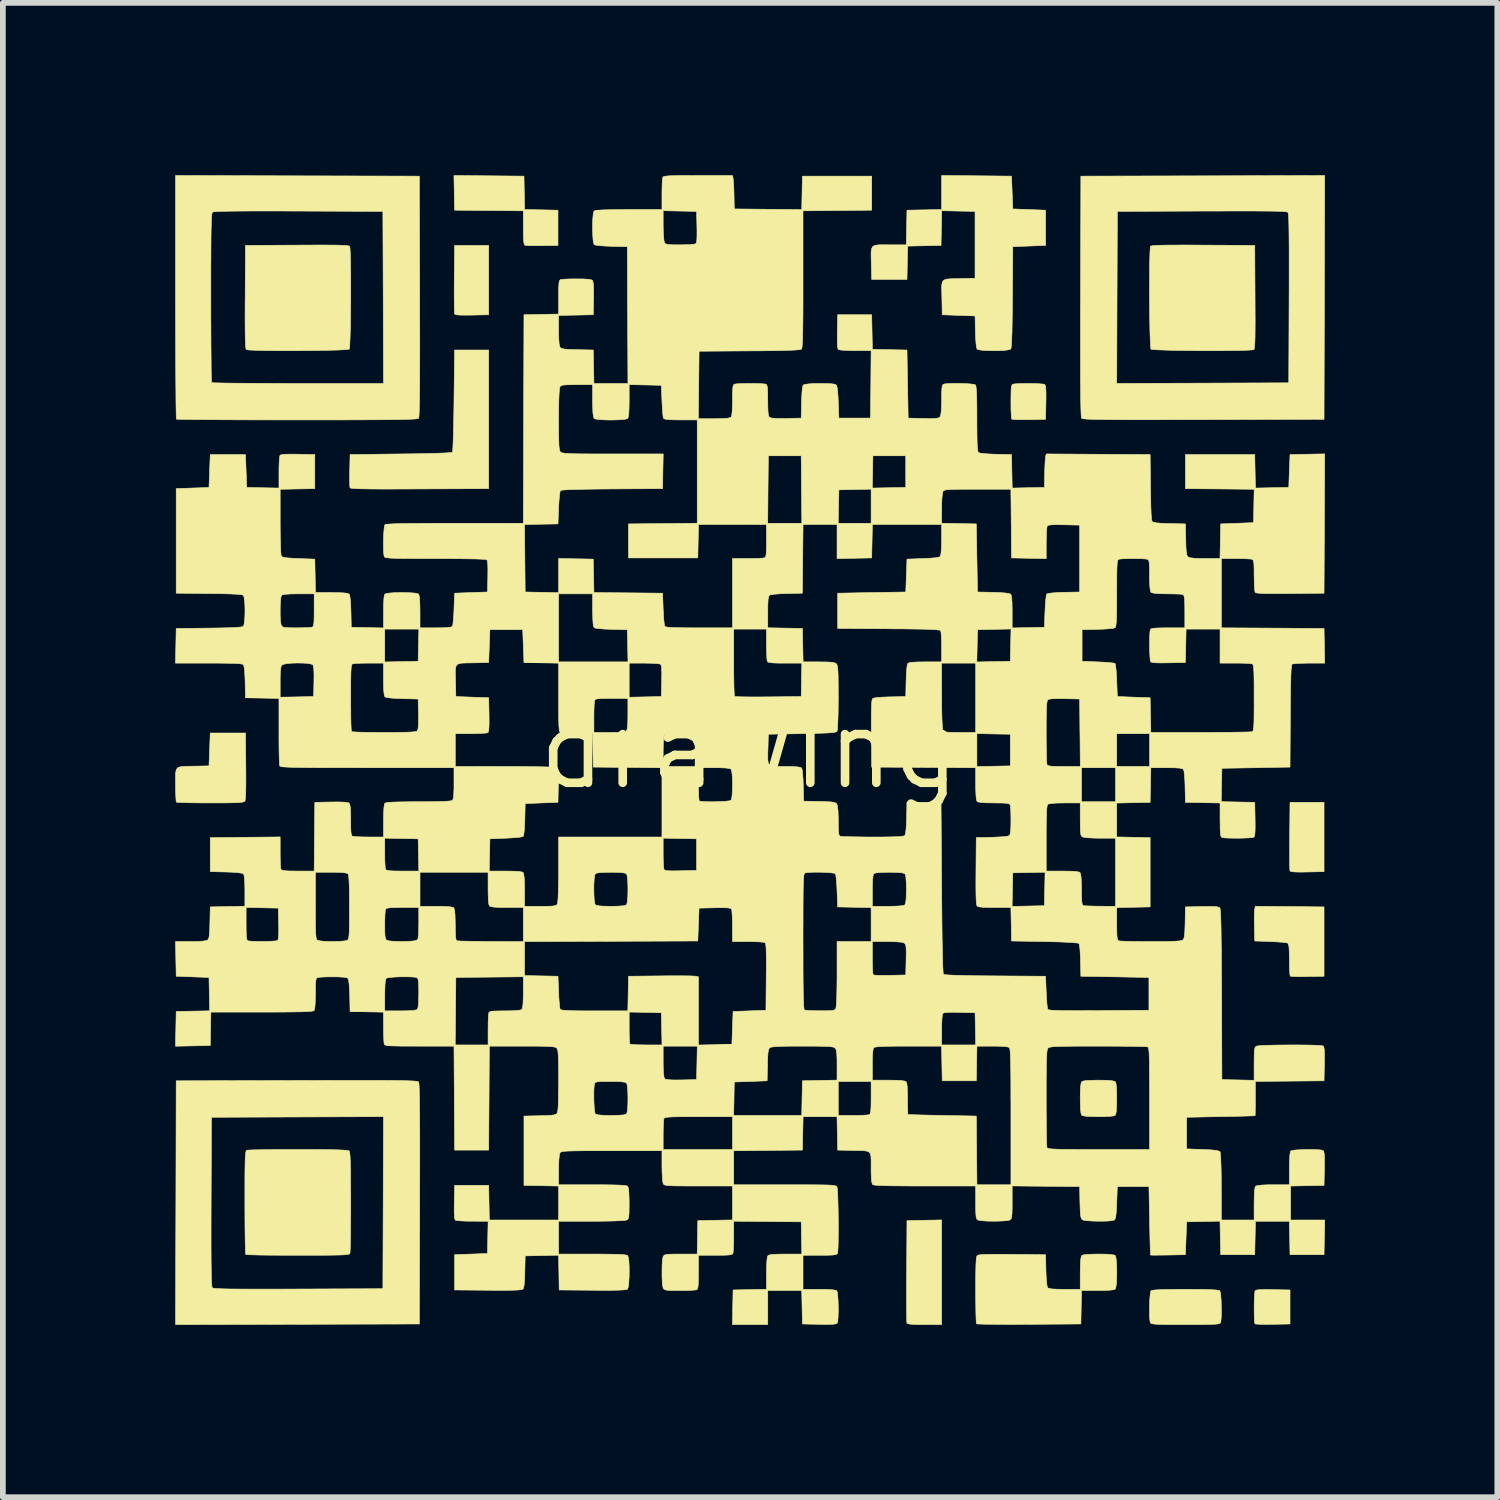
<source format=kicad_pcb>
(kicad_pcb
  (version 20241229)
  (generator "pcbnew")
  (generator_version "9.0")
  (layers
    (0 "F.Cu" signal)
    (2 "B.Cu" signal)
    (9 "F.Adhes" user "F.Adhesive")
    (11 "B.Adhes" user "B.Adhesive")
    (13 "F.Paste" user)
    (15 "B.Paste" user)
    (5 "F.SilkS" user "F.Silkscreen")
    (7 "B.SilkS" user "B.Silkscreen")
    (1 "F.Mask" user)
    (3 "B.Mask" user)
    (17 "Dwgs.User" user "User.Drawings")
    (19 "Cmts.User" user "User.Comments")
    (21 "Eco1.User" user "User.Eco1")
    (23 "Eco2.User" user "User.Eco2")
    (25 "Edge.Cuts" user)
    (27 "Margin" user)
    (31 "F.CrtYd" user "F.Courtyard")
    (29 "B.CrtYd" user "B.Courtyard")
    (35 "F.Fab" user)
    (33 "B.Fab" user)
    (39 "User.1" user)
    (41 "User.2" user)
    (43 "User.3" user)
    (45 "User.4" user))
  (footprint "drawing"
    (layer "F.Cu")
    (at 9.997 9.996)
    (property "Reference" "drawing" (at 0 0 0) (layer "F.SilkS") (effects (font (size 1.27 1.27) (thickness 0.15))))
    (attr through_hole)
    (fp_poly (pts (xy -4.54 -7.567) (xy -4.832 -7.561) (xy -4.955 -7.56) (xy -5.042 -7.561) (xy -5.097 -7.566) (xy -5.126 -7.575) (xy -5.134 -7.583) (xy -5.136 -7.61) (xy -5.138 -7.675) (xy -5.139 -7.77) (xy -5.14 -7.89) (xy -5.14 -8.029) (xy -5.139 -8.182) (xy -5.139 -8.192) (xy -5.133 -8.774) (xy -4.54 -8.774) (xy -4.54 -7.567)) (stroke (width 0.01) (type solid)) (fill yes) (layer "F.SilkS"))
    (fp_poly (pts (xy 10.001 2.127) (xy 9.71 2.133) (xy 9.586 2.135) (xy 9.499 2.133) (xy 9.444 2.128) (xy 9.415 2.12) (xy 9.408 2.112) (xy 9.405 2.084) (xy 9.403 2.02) (xy 9.402 1.925) (xy 9.402 1.805) (xy 9.402 1.665) (xy 9.403 1.512) (xy 9.403 1.503) (xy 9.409 0.921) (xy 10.001 0.921) (xy 10.001 2.127)) (stroke (width 0.01) (type solid)) (fill yes) (layer "F.SilkS"))
    (fp_poly (pts (xy 3.344 10.012) (xy 3.047 10.012) (xy 2.919 10.011) (xy 2.829 10.007) (xy 2.772 10) (xy 2.744 9.99) (xy 2.74 9.985) (xy 2.738 9.959) (xy 2.736 9.895) (xy 2.735 9.798) (xy 2.734 9.672) (xy 2.734 9.522) (xy 2.734 9.353) (xy 2.735 9.169) (xy 2.736 9.08) (xy 2.741 8.202) (xy 3.344 8.19) (xy 3.344 10.012)) (stroke (width 0.01) (type solid)) (fill yes) (layer "F.SilkS"))
    (fp_poly (pts (xy -3.926 -9.98) (xy -3.915 -9.399) (xy -3.624 -9.393) (xy -3.334 -9.387) (xy -3.334 -8.774) (xy -3.609 -8.77) (xy -3.714 -8.769) (xy -3.805 -8.77) (xy -3.873 -8.772) (xy -3.909 -8.776) (xy -3.911 -8.777) (xy -3.922 -8.795) (xy -3.93 -8.84) (xy -3.935 -8.918) (xy -3.937 -9.032) (xy -3.937 -9.082) (xy -3.937 -9.376) (xy -5.133 -9.387) (xy -5.139 -9.689) (xy -5.145 -9.991) (xy -3.926 -9.98)) (stroke (width 0.01) (type solid)) (fill yes) (layer "F.SilkS"))
    (fp_poly (pts (xy 9.114 9.403) (xy 9.409 9.409) (xy 9.409 10.001) (xy 9.111 10.007) (xy 9.003 10.008) (xy 8.91 10.007) (xy 8.841 10.004) (xy 8.803 10) (xy 8.799 9.998) (xy 8.792 9.971) (xy 8.788 9.912) (xy 8.786 9.831) (xy 8.785 9.736) (xy 8.786 9.64) (xy 8.789 9.55) (xy 8.793 9.478) (xy 8.799 9.432) (xy 8.802 9.424) (xy 8.821 9.412) (xy 8.864 9.405) (xy 8.936 9.402) (xy 9.042 9.402) (xy 9.114 9.403)) (stroke (width 0.01) (type solid)) (fill yes) (layer "F.SilkS"))
    (fp_poly (pts (xy 9.404 2.735) (xy 10.001 2.741) (xy 10.001 3.948) (xy 9.714 3.953) (xy 9.608 3.955) (xy 9.517 3.954) (xy 9.45 3.951) (xy 9.415 3.946) (xy 9.413 3.945) (xy 9.407 3.919) (xy 9.403 3.86) (xy 9.399 3.775) (xy 9.398 3.673) (xy 9.398 3.66) (xy 9.396 3.534) (xy 9.392 3.447) (xy 9.383 3.394) (xy 9.372 3.372) (xy 9.341 3.365) (xy 9.278 3.357) (xy 9.19 3.35) (xy 9.086 3.345) (xy 9.07 3.344) (xy 8.795 3.334) (xy 8.789 3.08) (xy 8.787 2.976) (xy 8.788 2.884) (xy 8.79 2.814) (xy 8.794 2.778) (xy 8.806 2.73) (xy 9.404 2.735)) (stroke (width 0.01) (type solid)) (fill yes) (layer "F.SilkS"))
    (fp_poly (pts (xy 4.873 -6.37) (xy 4.968 -6.369) (xy 5.051 -6.365) (xy 5.112 -6.36) (xy 5.139 -6.353) (xy 5.15 -6.334) (xy 5.157 -6.292) (xy 5.161 -6.219) (xy 5.161 -6.113) (xy 5.16 -6.041) (xy 5.154 -5.747) (xy 4.867 -5.741) (xy 4.761 -5.74) (xy 4.67 -5.741) (xy 4.603 -5.744) (xy 4.568 -5.748) (xy 4.566 -5.75) (xy 4.56 -5.775) (xy 4.556 -5.835) (xy 4.552 -5.92) (xy 4.551 -6.024) (xy 4.551 -6.055) (xy 4.552 -6.174) (xy 4.554 -6.257) (xy 4.559 -6.31) (xy 4.567 -6.341) (xy 4.58 -6.356) (xy 4.584 -6.358) (xy 4.622 -6.364) (xy 4.689 -6.368) (xy 4.776 -6.37) (xy 4.873 -6.37)) (stroke (width 0.01) (type solid)) (fill yes) (layer "F.SilkS"))
    (fp_poly (pts (xy 6.21 5.759) (xy 6.303 5.766) (xy 6.356 5.777) (xy 6.367 5.783) (xy 6.38 5.818) (xy 6.388 5.893) (xy 6.392 6.009) (xy 6.392 6.075) (xy 6.39 6.21) (xy 6.384 6.303) (xy 6.373 6.356) (xy 6.367 6.367) (xy 6.332 6.38) (xy 6.257 6.388) (xy 6.14 6.392) (xy 6.075 6.392) (xy 5.94 6.39) (xy 5.846 6.384) (xy 5.793 6.373) (xy 5.783 6.367) (xy 5.77 6.332) (xy 5.762 6.257) (xy 5.758 6.14) (xy 5.757 6.075) (xy 5.759 5.94) (xy 5.766 5.846) (xy 5.777 5.793) (xy 5.783 5.783) (xy 5.818 5.77) (xy 5.893 5.762) (xy 6.009 5.758) (xy 6.075 5.757) (xy 6.21 5.759)) (stroke (width 0.01) (type solid)) (fill yes) (layer "F.SilkS"))
    (fp_poly (pts (xy -8.768 0.294) (xy -8.767 0.487) (xy -8.767 0.641) (xy -8.77 0.757) (xy -8.774 0.838) (xy -8.78 0.887) (xy -8.786 0.902) (xy -8.802 0.911) (xy -8.833 0.918) (xy -8.886 0.924) (xy -8.963 0.927) (xy -9.07 0.93) (xy -9.211 0.931) (xy -9.386 0.931) (xy -9.539 0.931) (xy -9.677 0.929) (xy -9.795 0.927) (xy -9.888 0.924) (xy -9.951 0.921) (xy -9.976 0.917) (xy -9.977 0.917) (xy -9.982 0.892) (xy -9.986 0.833) (xy -9.989 0.747) (xy -9.991 0.644) (xy -9.991 0.611) (xy -9.991 0.494) (xy -9.99 0.41) (xy -9.979 0.354) (xy -9.955 0.32) (xy -9.91 0.302) (xy -9.838 0.295) (xy -9.734 0.292) (xy -9.652 0.291) (xy -9.409 0.286) (xy -9.398 0) (xy -9.387 -0.286) (xy -8.774 -0.286) (xy -8.768 0.294)) (stroke (width 0.01) (type solid)) (fill yes) (layer "F.SilkS"))
    (fp_poly (pts (xy -4.54 -4.54) (xy -5.742 -4.535) (xy -6.006 -4.534) (xy -6.23 -4.533) (xy -6.418 -4.533) (xy -6.572 -4.534) (xy -6.695 -4.536) (xy -6.791 -4.538) (xy -6.861 -4.541) (xy -6.91 -4.545) (xy -6.94 -4.549) (xy -6.953 -4.555) (xy -6.955 -4.557) (xy -6.958 -4.588) (xy -6.96 -4.652) (xy -6.961 -4.74) (xy -6.96 -4.844) (xy -6.959 -4.859) (xy -6.953 -5.133) (xy -6.071 -5.144) (xy -5.882 -5.146) (xy -5.706 -5.149) (xy -5.547 -5.153) (xy -5.41 -5.157) (xy -5.3 -5.161) (xy -5.222 -5.166) (xy -5.178 -5.17) (xy -5.172 -5.172) (xy -5.168 -5.196) (xy -5.163 -5.258) (xy -5.159 -5.354) (xy -5.155 -5.478) (xy -5.151 -5.626) (xy -5.148 -5.795) (xy -5.145 -5.978) (xy -5.144 -6.071) (xy -5.133 -6.953) (xy -4.54 -6.953) (xy -4.54 -4.54)) (stroke (width 0.01) (type solid)) (fill yes) (layer "F.SilkS"))
    (fp_poly (pts (xy 7.776 9.399) (xy 7.924 9.4) (xy 8.037 9.404) (xy 8.116 9.409) (xy 8.165 9.415) (xy 8.187 9.423) (xy 8.187 9.423) (xy 8.197 9.453) (xy 8.204 9.515) (xy 8.21 9.598) (xy 8.213 9.693) (xy 8.214 9.789) (xy 8.212 9.876) (xy 8.207 9.943) (xy 8.2 9.978) (xy 8.192 9.988) (xy 8.174 9.996) (xy 8.14 10.002) (xy 8.088 10.006) (xy 8.011 10.009) (xy 7.905 10.011) (xy 7.766 10.012) (xy 7.59 10.012) (xy 7.588 10.012) (xy 7.411 10.012) (xy 7.272 10.011) (xy 7.167 10.009) (xy 7.09 10.006) (xy 7.037 10.002) (xy 7.003 9.996) (xy 6.985 9.988) (xy 6.977 9.978) (xy 6.977 9.978) (xy 6.969 9.936) (xy 6.964 9.866) (xy 6.963 9.777) (xy 6.964 9.681) (xy 6.967 9.587) (xy 6.973 9.506) (xy 6.981 9.447) (xy 6.989 9.423) (xy 7.011 9.415) (xy 7.06 9.409) (xy 7.138 9.404) (xy 7.25 9.401) (xy 7.398 9.399) (xy 7.585 9.398) (xy 7.588 9.398) (xy 7.776 9.399)) (stroke (width 0.01) (type solid)) (fill yes) (layer "F.SilkS"))
    (fp_poly (pts (xy -7.304 -8.78) (xy -7.183 -8.779) (xy -7.092 -8.776) (xy -7.027 -8.772) (xy -6.986 -8.767) (xy -6.964 -8.761) (xy -6.96 -8.758) (xy -6.955 -8.729) (xy -6.951 -8.664) (xy -6.947 -8.567) (xy -6.945 -8.445) (xy -6.943 -8.303) (xy -6.942 -8.146) (xy -6.942 -7.98) (xy -6.942 -7.81) (xy -6.944 -7.642) (xy -6.946 -7.482) (xy -6.948 -7.333) (xy -6.952 -7.203) (xy -6.956 -7.096) (xy -6.96 -7.018) (xy -6.966 -6.975) (xy -6.968 -6.968) (xy -6.994 -6.963) (xy -7.057 -6.958) (xy -7.151 -6.953) (xy -7.271 -6.95) (xy -7.412 -6.947) (xy -7.568 -6.945) (xy -7.734 -6.943) (xy -7.903 -6.942) (xy -8.072 -6.942) (xy -8.233 -6.942) (xy -8.383 -6.944) (xy -8.514 -6.946) (xy -8.623 -6.949) (xy -8.703 -6.953) (xy -8.75 -6.958) (xy -8.758 -6.96) (xy -8.765 -6.973) (xy -8.77 -7.005) (xy -8.774 -7.058) (xy -8.777 -7.136) (xy -8.779 -7.242) (xy -8.78 -7.379) (xy -8.781 -7.551) (xy -8.78 -7.761) (xy -8.779 -7.875) (xy -8.774 -8.774) (xy -7.875 -8.779) (xy -7.647 -8.78) (xy -7.457 -8.781) (xy -7.304 -8.78)) (stroke (width 0.01) (type solid)) (fill yes) (layer "F.SilkS"))
    (fp_poly (pts (xy 7.782 -8.78) (xy 7.897 -8.779) (xy 8.795 -8.774) (xy 8.8 -7.875) (xy 8.801 -7.647) (xy 8.802 -7.457) (xy 8.801 -7.304) (xy 8.8 -7.183) (xy 8.797 -7.092) (xy 8.793 -7.027) (xy 8.789 -6.986) (xy 8.783 -6.964) (xy 8.779 -6.96) (xy 8.75 -6.955) (xy 8.685 -6.951) (xy 8.588 -6.947) (xy 8.466 -6.945) (xy 8.324 -6.943) (xy 8.167 -6.942) (xy 8.001 -6.942) (xy 7.832 -6.942) (xy 7.664 -6.944) (xy 7.503 -6.946) (xy 7.354 -6.948) (xy 7.224 -6.952) (xy 7.117 -6.956) (xy 7.04 -6.96) (xy 6.996 -6.966) (xy 6.989 -6.968) (xy 6.984 -6.994) (xy 6.979 -7.057) (xy 6.975 -7.151) (xy 6.971 -7.271) (xy 6.968 -7.412) (xy 6.966 -7.568) (xy 6.964 -7.734) (xy 6.963 -7.903) (xy 6.963 -8.072) (xy 6.964 -8.233) (xy 6.965 -8.383) (xy 6.967 -8.514) (xy 6.97 -8.623) (xy 6.974 -8.703) (xy 6.979 -8.75) (xy 6.981 -8.758) (xy 6.994 -8.765) (xy 7.026 -8.77) (xy 7.079 -8.774) (xy 7.157 -8.777) (xy 7.263 -8.779) (xy 7.401 -8.78) (xy 7.572 -8.781) (xy 7.782 -8.78)) (stroke (width 0.01) (type solid)) (fill yes) (layer "F.SilkS"))
    (fp_poly (pts (xy -6.704 5.761) (xy -6.499 5.761) (xy -6.324 5.762) (xy -6.177 5.763) (xy -6.057 5.765) (xy -5.961 5.767) (xy -5.887 5.77) (xy -5.832 5.773) (xy -5.794 5.777) (xy -5.771 5.781) (xy -5.76 5.786) (xy -5.76 5.786) (xy -5.756 5.804) (xy -5.752 5.847) (xy -5.749 5.917) (xy -5.746 6.016) (xy -5.744 6.145) (xy -5.742 6.306) (xy -5.741 6.5) (xy -5.74 6.73) (xy -5.74 6.995) (xy -5.74 7.299) (xy -5.741 7.643) (xy -5.741 7.908) (xy -5.747 10.001) (xy -7.869 10.007) (xy -9.991 10.012) (xy -9.987 8.451) (xy -9.373 8.451) (xy -9.373 8.682) (xy -9.372 8.876) (xy -9.37 9.035) (xy -9.368 9.161) (xy -9.365 9.255) (xy -9.361 9.32) (xy -9.357 9.358) (xy -9.353 9.369) (xy -9.342 9.375) (xy -9.319 9.38) (xy -9.28 9.384) (xy -9.223 9.387) (xy -9.144 9.39) (xy -9.042 9.392) (xy -8.913 9.393) (xy -8.755 9.394) (xy -8.565 9.394) (xy -8.34 9.394) (xy -8.077 9.394) (xy -7.855 9.393) (xy -6.382 9.387) (xy -6.371 6.392) (xy -9.366 6.403) (xy -9.372 7.872) (xy -9.373 8.182) (xy -9.373 8.451) (xy -9.987 8.451) (xy -9.985 7.89) (xy -9.98 5.768) (xy -7.882 5.763) (xy -7.53 5.762) (xy -7.218 5.761) (xy -6.943 5.761) (xy -6.704 5.761)) (stroke (width 0.01) (type solid)) (fill yes) (layer "F.SilkS"))
    (fp_poly (pts (xy 10.007 -7.869) (xy 10.001 -5.747) (xy 7.903 -5.741) (xy 7.551 -5.741) (xy 7.239 -5.74) (xy 6.964 -5.74) (xy 6.726 -5.74) (xy 6.52 -5.74) (xy 6.345 -5.741) (xy 6.199 -5.742) (xy 6.078 -5.744) (xy 5.982 -5.746) (xy 5.908 -5.749) (xy 5.853 -5.752) (xy 5.815 -5.755) (xy 5.792 -5.76) (xy 5.781 -5.764) (xy 5.781 -5.765) (xy 5.777 -5.782) (xy 5.773 -5.826) (xy 5.77 -5.896) (xy 5.767 -5.995) (xy 5.765 -6.124) (xy 5.764 -6.285) (xy 5.763 -6.371) (xy 6.392 -6.371) (xy 9.387 -6.382) (xy 9.393 -7.85) (xy 9.394 -8.16) (xy 9.394 -8.43) (xy 9.394 -8.66) (xy 9.393 -8.854) (xy 9.391 -9.013) (xy 9.389 -9.139) (xy 9.386 -9.234) (xy 9.382 -9.299) (xy 9.378 -9.337) (xy 9.374 -9.348) (xy 9.364 -9.354) (xy 9.34 -9.359) (xy 9.301 -9.363) (xy 9.244 -9.366) (xy 9.165 -9.369) (xy 9.063 -9.371) (xy 8.934 -9.372) (xy 8.776 -9.373) (xy 8.586 -9.373) (xy 8.361 -9.373) (xy 8.099 -9.372) (xy 7.877 -9.372) (xy 6.403 -9.366) (xy 6.392 -6.371) (xy 5.763 -6.371) (xy 5.762 -6.479) (xy 5.762 -6.708) (xy 5.761 -6.974) (xy 5.761 -7.278) (xy 5.762 -7.621) (xy 5.763 -7.887) (xy 5.768 -9.98) (xy 7.89 -9.985) (xy 10.012 -9.991) (xy 10.007 -7.869)) (stroke (width 0.01) (type solid)) (fill yes) (layer "F.SilkS"))
    (fp_poly (pts (xy 3.953 -9.986) (xy 4.561 -9.98) (xy 4.572 -9.694) (xy 4.583 -9.409) (xy 4.868 -9.398) (xy 5.154 -9.387) (xy 5.154 -8.774) (xy 4.868 -8.763) (xy 4.583 -8.752) (xy 4.577 -7.876) (xy 4.575 -7.629) (xy 4.572 -7.423) (xy 4.569 -7.257) (xy 4.564 -7.13) (xy 4.559 -7.041) (xy 4.553 -6.988) (xy 4.548 -6.971) (xy 4.517 -6.958) (xy 4.453 -6.949) (xy 4.368 -6.943) (xy 4.271 -6.941) (xy 4.172 -6.942) (xy 4.082 -6.946) (xy 4.01 -6.954) (xy 3.967 -6.966) (xy 3.961 -6.97) (xy 3.952 -7.002) (xy 3.943 -7.069) (xy 3.936 -7.162) (xy 3.932 -7.272) (xy 3.926 -7.546) (xy 3.641 -7.556) (xy 3.355 -7.567) (xy 3.349 -7.868) (xy 3.346 -7.988) (xy 3.346 -8.074) (xy 3.355 -8.132) (xy 3.379 -8.167) (xy 3.423 -8.186) (xy 3.494 -8.193) (xy 3.598 -8.195) (xy 3.683 -8.197) (xy 3.926 -8.202) (xy 3.926 -9.366) (xy 3.346 -9.378) (xy 3.34 -9.076) (xy 3.334 -8.774) (xy 2.753 -8.762) (xy 2.747 -8.471) (xy 2.741 -8.181) (xy 2.127 -8.181) (xy 2.121 -8.435) (xy 2.117 -8.564) (xy 2.117 -8.657) (xy 2.126 -8.719) (xy 2.148 -8.757) (xy 2.19 -8.777) (xy 2.257 -8.784) (xy 2.354 -8.785) (xy 2.434 -8.784) (xy 2.729 -8.784) (xy 2.735 -9.086) (xy 2.741 -9.387) (xy 3.344 -9.399) (xy 3.344 -9.991) (xy 3.953 -9.986)) (stroke (width 0.01) (type solid)) (fill yes) (layer "F.SilkS"))
    (fp_poly (pts (xy -7.625 6.964) (xy -7.435 6.965) (xy -7.281 6.967) (xy -7.161 6.97) (xy -7.072 6.974) (xy -7.012 6.979) (xy -6.978 6.985) (xy -6.968 6.989) (xy -6.961 7.008) (xy -6.956 7.05) (xy -6.951 7.119) (xy -6.948 7.217) (xy -6.945 7.348) (xy -6.944 7.513) (xy -6.943 7.716) (xy -6.943 7.877) (xy -6.943 8.064) (xy -6.944 8.24) (xy -6.945 8.398) (xy -6.947 8.535) (xy -6.949 8.644) (xy -6.952 8.723) (xy -6.954 8.766) (xy -6.956 8.772) (xy -6.962 8.78) (xy -6.978 8.787) (xy -7.007 8.792) (xy -7.052 8.797) (xy -7.117 8.8) (xy -7.207 8.802) (xy -7.324 8.804) (xy -7.473 8.805) (xy -7.656 8.805) (xy -7.862 8.805) (xy -8.053 8.805) (xy -8.23 8.804) (xy -8.39 8.803) (xy -8.527 8.801) (xy -8.638 8.798) (xy -8.718 8.796) (xy -8.762 8.793) (xy -8.77 8.791) (xy -8.773 8.768) (xy -8.776 8.706) (xy -8.778 8.611) (xy -8.78 8.488) (xy -8.782 8.339) (xy -8.783 8.171) (xy -8.784 7.987) (xy -8.784 7.883) (xy -8.784 7.664) (xy -8.784 7.482) (xy -8.783 7.336) (xy -8.781 7.221) (xy -8.779 7.133) (xy -8.775 7.069) (xy -8.771 7.025) (xy -8.765 6.998) (xy -8.758 6.983) (xy -8.751 6.977) (xy -8.723 6.974) (xy -8.657 6.971) (xy -8.559 6.969) (xy -8.432 6.967) (xy -8.281 6.965) (xy -8.112 6.964) (xy -7.928 6.964) (xy -7.855 6.964) (xy -7.625 6.964)) (stroke (width 0.01) (type solid)) (fill yes) (layer "F.SilkS"))
    (fp_poly (pts (xy 6.21 8.786) (xy 6.303 8.793) (xy 6.356 8.803) (xy 6.367 8.81) (xy 6.378 8.842) (xy 6.386 8.906) (xy 6.391 8.992) (xy 6.393 9.089) (xy 6.392 9.188) (xy 6.388 9.278) (xy 6.38 9.348) (xy 6.37 9.389) (xy 6.367 9.394) (xy 6.334 9.406) (xy 6.261 9.414) (xy 6.149 9.418) (xy 6.061 9.419) (xy 5.78 9.419) (xy 5.774 9.71) (xy 5.768 10.001) (xy 4.867 10.007) (xy 4.675 10.008) (xy 4.497 10.008) (xy 4.337 10.007) (xy 4.198 10.006) (xy 4.086 10.005) (xy 4.005 10.002) (xy 3.96 10) (xy 3.951 9.998) (xy 3.948 9.974) (xy 3.944 9.913) (xy 3.941 9.821) (xy 3.939 9.704) (xy 3.938 9.566) (xy 3.937 9.415) (xy 3.937 9.408) (xy 3.937 9.229) (xy 3.939 9.089) (xy 3.941 8.983) (xy 3.945 8.906) (xy 3.95 8.854) (xy 3.957 8.822) (xy 3.966 8.808) (xy 3.992 8.8) (xy 4.048 8.794) (xy 4.138 8.79) (xy 4.264 8.788) (xy 4.429 8.788) (xy 4.575 8.789) (xy 5.154 8.795) (xy 5.16 9.069) (xy 5.164 9.18) (xy 5.171 9.273) (xy 5.18 9.339) (xy 5.189 9.37) (xy 5.213 9.383) (xy 5.264 9.391) (xy 5.347 9.396) (xy 5.466 9.398) (xy 5.485 9.398) (xy 5.757 9.398) (xy 5.757 9.116) (xy 5.759 8.979) (xy 5.765 8.882) (xy 5.775 8.825) (xy 5.783 8.81) (xy 5.818 8.797) (xy 5.893 8.789) (xy 6.009 8.785) (xy 6.075 8.784) (xy 6.21 8.786)) (stroke (width 0.01) (type solid)) (fill yes) (layer "F.SilkS"))
    (fp_poly (pts (xy -7.869 -9.985) (xy -5.747 -9.98) (xy -5.741 -7.887) (xy -5.741 -7.514) (xy -5.74 -7.182) (xy -5.74 -6.889) (xy -5.741 -6.634) (xy -5.741 -6.415) (xy -5.743 -6.23) (xy -5.745 -6.079) (xy -5.747 -5.959) (xy -5.75 -5.869) (xy -5.753 -5.808) (xy -5.757 -5.774) (xy -5.76 -5.765) (xy -5.77 -5.76) (xy -5.792 -5.756) (xy -5.83 -5.752) (xy -5.885 -5.749) (xy -5.959 -5.746) (xy -6.055 -5.744) (xy -6.176 -5.742) (xy -6.323 -5.74) (xy -6.498 -5.739) (xy -6.705 -5.738) (xy -6.945 -5.737) (xy -7.22 -5.736) (xy -7.533 -5.736) (xy -7.873 -5.736) (xy -8.167 -5.736) (xy -8.449 -5.737) (xy -8.716 -5.737) (xy -8.965 -5.738) (xy -9.193 -5.739) (xy -9.398 -5.741) (xy -9.577 -5.742) (xy -9.726 -5.744) (xy -9.843 -5.745) (xy -9.925 -5.747) (xy -9.969 -5.749) (xy -9.977 -5.75) (xy -9.979 -5.773) (xy -9.98 -5.835) (xy -9.982 -5.934) (xy -9.984 -6.066) (xy -9.985 -6.23) (xy -9.987 -6.421) (xy -9.988 -6.638) (xy -9.989 -6.877) (xy -9.99 -7.135) (xy -9.99 -7.41) (xy -9.991 -7.699) (xy -9.991 -7.864) (xy -9.377 -7.864) (xy -9.377 -7.619) (xy -9.376 -7.386) (xy -9.375 -7.169) (xy -9.374 -6.972) (xy -9.372 -6.797) (xy -9.371 -6.649) (xy -9.369 -6.53) (xy -9.367 -6.445) (xy -9.364 -6.396) (xy -9.363 -6.385) (xy -9.34 -6.383) (xy -9.278 -6.381) (xy -9.18 -6.379) (xy -9.051 -6.377) (xy -8.893 -6.375) (xy -8.71 -6.374) (xy -8.504 -6.373) (xy -8.281 -6.372) (xy -8.042 -6.371) (xy -7.86 -6.371) (xy -6.371 -6.371) (xy -6.376 -7.869) (xy -6.382 -9.366) (xy -7.85 -9.372) (xy -8.161 -9.373) (xy -8.431 -9.373) (xy -8.663 -9.373) (xy -8.857 -9.372) (xy -9.016 -9.37) (xy -9.142 -9.368) (xy -9.237 -9.365) (xy -9.302 -9.361) (xy -9.338 -9.357) (xy -9.348 -9.353) (xy -9.354 -9.342) (xy -9.359 -9.318) (xy -9.363 -9.278) (xy -9.366 -9.218) (xy -9.369 -9.137) (xy -9.372 -9.032) (xy -9.374 -8.9) (xy -9.375 -8.738) (xy -9.376 -8.544) (xy -9.377 -8.314) (xy -9.377 -8.046) (xy -9.377 -7.864) (xy -9.991 -7.864) (xy -9.991 -7.878) (xy -9.991 -9.991) (xy -7.869 -9.985)) (stroke (width 0.01) (type solid)) (fill yes) (layer "F.SilkS"))
    (fp_poly (pts (xy -0.286 -9.943) (xy -0.281 -9.903) (xy -0.276 -9.832) (xy -0.272 -9.739) (xy -0.27 -9.652) (xy -0.265 -9.409) (xy 0.322 -9.403) (xy 0.909 -9.397) (xy 0.915 -9.689) (xy 0.921 -9.98) (xy 2.127 -9.98) (xy 2.127 -9.387) (xy 0.931 -9.376) (xy 0.931 -8.183) (xy 0.931 -7.92) (xy 0.931 -7.697) (xy 0.93 -7.51) (xy 0.928 -7.356) (xy 0.926 -7.233) (xy 0.923 -7.137) (xy 0.92 -7.065) (xy 0.916 -7.016) (xy 0.911 -6.984) (xy 0.905 -6.969) (xy 0.903 -6.967) (xy 0.877 -6.96) (xy 0.815 -6.954) (xy 0.717 -6.949) (xy 0.581 -6.945) (xy 0.406 -6.942) (xy 0.191 -6.939) (xy -0.002 -6.938) (xy -0.878 -6.932) (xy -0.884 -6.345) (xy -0.89 -5.757) (xy -0.618 -5.757) (xy -0.483 -5.759) (xy -0.388 -5.766) (xy -0.334 -5.776) (xy -0.322 -5.783) (xy -0.309 -5.817) (xy -0.301 -5.892) (xy -0.297 -6.008) (xy -0.296 -6.077) (xy -0.296 -6.191) (xy -0.293 -6.269) (xy -0.287 -6.318) (xy -0.278 -6.346) (xy -0.264 -6.358) (xy -0.263 -6.358) (xy -0.227 -6.364) (xy -0.159 -6.368) (xy -0.071 -6.37) (xy 0.026 -6.371) (xy 0.122 -6.37) (xy 0.204 -6.367) (xy 0.263 -6.362) (xy 0.284 -6.358) (xy 0.298 -6.347) (xy 0.308 -6.32) (xy 0.314 -6.272) (xy 0.317 -6.196) (xy 0.317 -6.085) (xy 0.318 -6.075) (xy 0.319 -5.954) (xy 0.323 -5.87) (xy 0.33 -5.816) (xy 0.342 -5.786) (xy 0.347 -5.78) (xy 0.385 -5.769) (xy 0.465 -5.762) (xy 0.587 -5.761) (xy 0.638 -5.762) (xy 0.9 -5.768) (xy 0.906 -6.042) (xy 0.91 -6.153) (xy 0.916 -6.246) (xy 0.925 -6.312) (xy 0.935 -6.343) (xy 0.964 -6.354) (xy 1.026 -6.363) (xy 1.11 -6.369) (xy 1.205 -6.371) (xy 1.302 -6.371) (xy 1.39 -6.368) (xy 1.46 -6.362) (xy 1.501 -6.352) (xy 1.503 -6.351) (xy 1.517 -6.332) (xy 1.527 -6.294) (xy 1.535 -6.228) (xy 1.542 -6.131) (xy 1.545 -6.049) (xy 1.556 -5.768) (xy 2.106 -5.768) (xy 2.112 -6.355) (xy 2.117 -6.943) (xy 1.847 -6.943) (xy 1.743 -6.944) (xy 1.653 -6.948) (xy 1.586 -6.953) (xy 1.551 -6.96) (xy 1.55 -6.96) (xy 1.538 -6.979) (xy 1.531 -7.022) (xy 1.528 -7.094) (xy 1.528 -7.201) (xy 1.529 -7.272) (xy 1.535 -7.567) (xy 2.127 -7.567) (xy 2.133 -7.266) (xy 2.139 -6.965) (xy 2.44 -6.959) (xy 2.741 -6.953) (xy 2.762 -5.768) (xy 3.027 -5.762) (xy 3.139 -5.76) (xy 3.216 -5.761) (xy 3.266 -5.766) (xy 3.297 -5.774) (xy 3.315 -5.788) (xy 3.318 -5.792) (xy 3.331 -5.834) (xy 3.34 -5.914) (xy 3.344 -6.035) (xy 3.344 -6.087) (xy 3.345 -6.199) (xy 3.348 -6.274) (xy 3.354 -6.322) (xy 3.364 -6.348) (xy 3.378 -6.358) (xy 3.42 -6.366) (xy 3.49 -6.371) (xy 3.579 -6.372) (xy 3.675 -6.371) (xy 3.769 -6.368) (xy 3.851 -6.362) (xy 3.909 -6.354) (xy 3.933 -6.346) (xy 3.941 -6.324) (xy 3.948 -6.275) (xy 3.952 -6.196) (xy 3.956 -6.084) (xy 3.958 -5.935) (xy 3.958 -5.756) (xy 3.959 -5.577) (xy 3.96 -5.437) (xy 3.963 -5.331) (xy 3.967 -5.255) (xy 3.973 -5.205) (xy 3.98 -5.177) (xy 3.986 -5.168) (xy 4.018 -5.158) (xy 4.084 -5.15) (xy 4.177 -5.143) (xy 4.288 -5.139) (xy 4.561 -5.133) (xy 4.567 -4.841) (xy 4.573 -4.55) (xy 4.853 -4.556) (xy 5.133 -4.561) (xy 5.138 -4.805) (xy 5.141 -4.907) (xy 5.145 -4.997) (xy 5.15 -5.064) (xy 5.154 -5.096) (xy 5.166 -5.144) (xy 6.974 -5.133) (xy 6.98 -4.563) (xy 6.983 -4.369) (xy 6.987 -4.21) (xy 6.992 -4.09) (xy 6.999 -4.009) (xy 7.007 -3.969) (xy 7.009 -3.966) (xy 7.036 -3.953) (xy 7.094 -3.943) (xy 7.188 -3.936) (xy 7.31 -3.932) (xy 7.588 -3.926) (xy 7.594 -3.651) (xy 7.597 -3.534) (xy 7.602 -3.453) (xy 7.609 -3.4) (xy 7.62 -3.368) (xy 7.635 -3.35) (xy 7.635 -3.35) (xy 7.676 -3.336) (xy 7.757 -3.327) (xy 7.879 -3.323) (xy 7.93 -3.323) (xy 8.19 -3.323) (xy 8.202 -3.926) (xy 8.488 -3.937) (xy 8.774 -3.948) (xy 8.779 -4.238) (xy 8.785 -4.529) (xy 8.187 -4.535) (xy 7.588 -4.54) (xy 7.588 -5.133) (xy 8.795 -5.133) (xy 8.807 -4.55) (xy 9.097 -4.556) (xy 9.387 -4.561) (xy 9.398 -4.847) (xy 9.409 -5.133) (xy 9.71 -5.139) (xy 10.012 -5.145) (xy 10.007 -3.932) (xy 10.001 -2.72) (xy 9.41 -2.714) (xy 9.227 -2.713) (xy 9.083 -2.713) (xy 8.973 -2.714) (xy 8.893 -2.718) (xy 8.841 -2.722) (xy 8.811 -2.729) (xy 8.802 -2.735) (xy 8.795 -2.766) (xy 8.79 -2.83) (xy 8.786 -2.918) (xy 8.785 -3.021) (xy 8.784 -3.03) (xy 8.784 -3.143) (xy 8.781 -3.221) (xy 8.775 -3.271) (xy 8.765 -3.298) (xy 8.751 -3.31) (xy 8.751 -3.31) (xy 8.717 -3.315) (xy 8.651 -3.319) (xy 8.562 -3.322) (xy 8.465 -3.323) (xy 8.213 -3.323) (xy 8.213 -2.117) (xy 9.107 -2.112) (xy 10.001 -2.106) (xy 10.013 -1.503) (xy 9.743 -1.503) (xy 9.638 -1.501) (xy 9.548 -1.498) (xy 9.481 -1.492) (xy 9.447 -1.486) (xy 9.446 -1.486) (xy 9.439 -1.471) (xy 9.433 -1.436) (xy 9.428 -1.376) (xy 9.424 -1.288) (xy 9.421 -1.171) (xy 9.418 -1.021) (xy 9.416 -0.834) (xy 9.414 -0.609) (xy 9.414 -0.581) (xy 9.409 0.307) (xy 8.816 0.318) (xy 8.223 0.328) (xy 8.211 0.909) (xy 8.795 0.921) (xy 8.801 1.215) (xy 8.802 1.342) (xy 8.8 1.432) (xy 8.795 1.489) (xy 8.786 1.52) (xy 8.779 1.527) (xy 8.748 1.534) (xy 8.685 1.539) (xy 8.601 1.543) (xy 8.505 1.545) (xy 8.409 1.544) (xy 8.323 1.542) (xy 8.258 1.538) (xy 8.225 1.532) (xy 8.211 1.521) (xy 8.202 1.496) (xy 8.196 1.45) (xy 8.193 1.377) (xy 8.192 1.27) (xy 8.191 1.226) (xy 8.191 0.932) (xy 7.588 0.921) (xy 7.582 0.647) (xy 7.578 0.535) (xy 7.571 0.442) (xy 7.563 0.376) (xy 7.553 0.345) (xy 7.529 0.333) (xy 7.478 0.324) (xy 7.395 0.319) (xy 7.276 0.318) (xy 7.258 0.318) (xy 6.986 0.318) (xy 6.98 0.619) (xy 6.974 0.921) (xy 6.683 0.927) (xy 6.392 0.933) (xy 6.392 1.523) (xy 6.683 1.529) (xy 6.974 1.535) (xy 6.974 2.741) (xy 6.683 2.747) (xy 6.392 2.753) (xy 6.392 3.036) (xy 6.393 3.153) (xy 6.396 3.234) (xy 6.401 3.286) (xy 6.41 3.316) (xy 6.422 3.33) (xy 6.426 3.331) (xy 6.456 3.335) (xy 6.521 3.338) (xy 6.617 3.341) (xy 6.737 3.343) (xy 6.874 3.344) (xy 6.983 3.344) (xy 7.161 3.344) (xy 7.301 3.342) (xy 7.405 3.338) (xy 7.478 3.333) (xy 7.523 3.325) (xy 7.541 3.318) (xy 7.557 3.3) (xy 7.567 3.268) (xy 7.575 3.215) (xy 7.579 3.133) (xy 7.583 3.017) (xy 7.583 3.016) (xy 7.588 2.741) (xy 7.876 2.735) (xy 8 2.734) (xy 8.087 2.735) (xy 8.144 2.74) (xy 8.177 2.75) (xy 8.188 2.758) (xy 8.193 2.778) (xy 8.198 2.826) (xy 8.202 2.903) (xy 8.206 3.011) (xy 8.209 3.152) (xy 8.211 3.328) (xy 8.214 3.54) (xy 8.215 3.789) (xy 8.217 4.079) (xy 8.218 4.267) (xy 8.223 5.747) (xy 8.504 5.753) (xy 8.784 5.759) (xy 8.784 5.473) (xy 8.785 5.357) (xy 8.787 5.276) (xy 8.791 5.224) (xy 8.799 5.192) (xy 8.812 5.174) (xy 8.825 5.165) (xy 8.857 5.159) (xy 8.924 5.154) (xy 9.019 5.15) (xy 9.135 5.147) (xy 9.265 5.145) (xy 9.403 5.144) (xy 9.54 5.144) (xy 9.67 5.145) (xy 9.787 5.147) (xy 9.883 5.151) (xy 9.951 5.155) (xy 9.985 5.161) (xy 9.986 5.161) (xy 9.997 5.18) (xy 10.005 5.223) (xy 10.008 5.295) (xy 10.008 5.402) (xy 10.007 5.473) (xy 10.001 5.768) (xy 8.805 5.779) (xy 8.805 6.075) (xy 8.805 6.182) (xy 8.804 6.272) (xy 8.803 6.339) (xy 8.801 6.373) (xy 8.8 6.376) (xy 8.778 6.377) (xy 8.72 6.379) (xy 8.63 6.382) (xy 8.514 6.385) (xy 8.377 6.388) (xy 8.225 6.391) (xy 8.202 6.391) (xy 7.609 6.403) (xy 7.609 6.953) (xy 7.891 6.964) (xy 8.012 6.969) (xy 8.097 6.976) (xy 8.152 6.985) (xy 8.182 6.997) (xy 8.192 7.006) (xy 8.197 7.035) (xy 8.202 7.102) (xy 8.206 7.199) (xy 8.21 7.323) (xy 8.212 7.468) (xy 8.212 7.615) (xy 8.213 8.191) (xy 8.784 8.191) (xy 8.784 7.91) (xy 8.786 7.773) (xy 8.792 7.676) (xy 8.802 7.619) (xy 8.81 7.603) (xy 8.843 7.591) (xy 8.915 7.583) (xy 9.027 7.578) (xy 9.116 7.578) (xy 9.398 7.578) (xy 9.398 7.296) (xy 9.4 7.159) (xy 9.406 7.062) (xy 9.415 7.005) (xy 9.423 6.989) (xy 9.454 6.979) (xy 9.516 6.972) (xy 9.6 6.967) (xy 9.695 6.964) (xy 9.792 6.964) (xy 9.879 6.967) (xy 9.947 6.972) (xy 9.985 6.981) (xy 9.986 6.982) (xy 9.997 7.001) (xy 10.005 7.043) (xy 10.008 7.116) (xy 10.008 7.222) (xy 10.007 7.294) (xy 10.001 7.588) (xy 9.71 7.594) (xy 9.419 7.6) (xy 9.419 8.191) (xy 10.013 8.191) (xy 10.001 8.795) (xy 9.409 8.795) (xy 9.403 8.504) (xy 9.397 8.213) (xy 8.807 8.213) (xy 8.801 8.504) (xy 8.795 8.795) (xy 8.202 8.795) (xy 8.19 8.211) (xy 7.9 8.217) (xy 7.609 8.223) (xy 7.599 8.509) (xy 7.588 8.795) (xy 7.287 8.801) (xy 7.179 8.802) (xy 7.087 8.803) (xy 7.02 8.803) (xy 6.984 8.801) (xy 6.981 8.801) (xy 6.979 8.779) (xy 6.977 8.72) (xy 6.974 8.63) (xy 6.971 8.514) (xy 6.968 8.377) (xy 6.965 8.225) (xy 6.965 8.202) (xy 6.953 7.609) (xy 6.403 7.609) (xy 6.392 7.891) (xy 6.387 8.012) (xy 6.38 8.097) (xy 6.371 8.152) (xy 6.359 8.182) (xy 6.35 8.192) (xy 6.312 8.202) (xy 6.243 8.209) (xy 6.155 8.212) (xy 6.057 8.212) (xy 5.961 8.209) (xy 5.877 8.203) (xy 5.817 8.195) (xy 5.794 8.186) (xy 5.778 8.168) (xy 5.768 8.136) (xy 5.76 8.083) (xy 5.756 8.002) (xy 5.752 7.885) (xy 5.752 7.885) (xy 5.747 7.609) (xy 5.159 7.604) (xy 4.572 7.598) (xy 4.572 7.884) (xy 4.572 7.999) (xy 4.569 8.08) (xy 4.565 8.132) (xy 4.557 8.164) (xy 4.544 8.182) (xy 4.531 8.191) (xy 4.49 8.201) (xy 4.419 8.207) (xy 4.328 8.211) (xy 4.228 8.212) (xy 4.132 8.21) (xy 4.049 8.204) (xy 3.993 8.196) (xy 3.978 8.191) (xy 3.961 8.179) (xy 3.95 8.158) (xy 3.943 8.122) (xy 3.939 8.063) (xy 3.937 7.974) (xy 3.937 7.884) (xy 3.937 7.599) (xy 3.052 7.599) (xy 2.819 7.599) (xy 2.625 7.597) (xy 2.468 7.596) (xy 2.346 7.593) (xy 2.254 7.589) (xy 2.192 7.585) (xy 2.155 7.579) (xy 2.142 7.573) (xy 2.13 7.539) (xy 2.121 7.465) (xy 2.117 7.349) (xy 2.117 7.278) (xy 2.117 7.169) (xy 2.115 7.091) (xy 2.105 7.039) (xy 2.08 7.007) (xy 2.034 6.99) (xy 1.961 6.983) (xy 1.856 6.981) (xy 1.778 6.98) (xy 1.535 6.974) (xy 1.529 6.683) (xy 1.523 6.392) (xy 0.933 6.392) (xy 0.927 6.683) (xy 0.921 6.974) (xy -0.275 6.986) (xy -0.275 7.578) (xy 0.613 7.578) (xy 0.83 7.578) (xy 1.009 7.578) (xy 1.153 7.579) (xy 1.267 7.58) (xy 1.353 7.582) (xy 1.417 7.585) (xy 1.461 7.589) (xy 1.49 7.595) (xy 1.508 7.602) (xy 1.518 7.61) (xy 1.523 7.619) (xy 1.529 7.65) (xy 1.534 7.716) (xy 1.538 7.811) (xy 1.541 7.926) (xy 1.544 8.056) (xy 1.545 8.193) (xy 1.546 8.331) (xy 1.545 8.461) (xy 1.544 8.577) (xy 1.541 8.673) (xy 1.537 8.74) (xy 1.532 8.772) (xy 1.521 8.785) (xy 1.496 8.795) (xy 1.45 8.801) (xy 1.377 8.804) (xy 1.271 8.805) (xy 1.225 8.805) (xy 0.931 8.805) (xy 0.931 9.398) (xy 1.213 9.398) (xy 1.35 9.4) (xy 1.447 9.406) (xy 1.504 9.415) (xy 1.52 9.423) (xy 1.53 9.454) (xy 1.537 9.516) (xy 1.542 9.6) (xy 1.545 9.695) (xy 1.545 9.792) (xy 1.542 9.879) (xy 1.537 9.947) (xy 1.528 9.985) (xy 1.527 9.986) (xy 1.508 9.997) (xy 1.466 10.005) (xy 1.393 10.008) (xy 1.287 10.008) (xy 1.215 10.007) (xy 0.921 10.001) (xy 0.915 9.71) (xy 0.909 9.419) (xy 0.318 9.419) (xy 0.318 10.012) (xy -0.297 10.012) (xy -0.292 9.71) (xy -0.286 9.409) (xy 0.296 9.397) (xy 0.296 9.116) (xy 0.298 8.979) (xy 0.304 8.882) (xy 0.314 8.825) (xy 0.322 8.81) (xy 0.355 8.797) (xy 0.427 8.789) (xy 0.539 8.785) (xy 0.629 8.784) (xy 0.911 8.784) (xy 0.905 8.504) (xy 0.9 8.223) (xy 0.312 8.218) (xy -0.275 8.212) (xy -0.275 8.475) (xy -0.276 8.579) (xy -0.279 8.669) (xy -0.283 8.737) (xy -0.288 8.771) (xy -0.288 8.772) (xy -0.299 8.785) (xy -0.324 8.795) (xy -0.37 8.801) (xy -0.443 8.804) (xy -0.55 8.805) (xy -0.595 8.805) (xy -0.889 8.805) (xy -0.889 9.099) (xy -0.89 9.219) (xy -0.892 9.303) (xy -0.897 9.357) (xy -0.905 9.389) (xy -0.917 9.404) (xy -0.922 9.406) (xy -0.956 9.411) (xy -1.022 9.415) (xy -1.111 9.418) (xy -1.215 9.419) (xy -1.218 9.419) (xy -1.328 9.419) (xy -1.404 9.416) (xy -1.452 9.411) (xy -1.481 9.401) (xy -1.497 9.387) (xy -1.502 9.378) (xy -1.512 9.338) (xy -1.519 9.266) (xy -1.523 9.175) (xy -1.523 9.075) (xy -1.521 8.979) (xy -1.516 8.897) (xy -1.507 8.84) (xy -1.502 8.825) (xy -1.49 8.809) (xy -1.469 8.797) (xy -1.433 8.79) (xy -1.374 8.786) (xy -1.285 8.784) (xy -1.196 8.784) (xy -0.911 8.784) (xy -0.905 8.493) (xy -0.9 8.202) (xy -0.296 8.19) (xy -0.296 7.599) (xy -0.888 7.599) (xy -1.062 7.599) (xy -1.199 7.598) (xy -1.302 7.597) (xy -1.378 7.594) (xy -1.43 7.59) (xy -1.464 7.585) (xy -1.485 7.577) (xy -1.497 7.567) (xy -1.502 7.558) (xy -1.511 7.522) (xy -1.517 7.453) (xy -1.522 7.361) (xy -1.524 7.256) (xy -1.524 7.251) (xy -1.524 6.985) (xy -2.402 6.985) (xy -2.618 6.985) (xy -2.795 6.985) (xy -2.938 6.986) (xy -3.05 6.988) (xy -3.135 6.99) (xy -3.198 6.993) (xy -3.241 6.997) (xy -3.27 7.003) (xy -3.287 7.01) (xy -3.296 7.018) (xy -3.301 7.026) (xy -3.31 7.062) (xy -3.317 7.131) (xy -3.322 7.223) (xy -3.323 7.322) (xy -3.323 7.578) (xy -2.735 7.578) (xy -2.545 7.578) (xy -2.394 7.58) (xy -2.279 7.583) (xy -2.198 7.588) (xy -2.146 7.594) (xy -2.122 7.602) (xy -2.121 7.603) (xy -2.108 7.638) (xy -2.1 7.712) (xy -2.096 7.827) (xy -2.095 7.899) (xy -2.096 8.011) (xy -2.098 8.088) (xy -2.103 8.138) (xy -2.112 8.168) (xy -2.126 8.184) (xy -2.136 8.191) (xy -2.171 8.198) (xy -2.245 8.203) (xy -2.354 8.208) (xy -2.496 8.211) (xy -2.667 8.213) (xy -2.75 8.213) (xy -3.323 8.213) (xy -3.323 8.784) (xy -2.735 8.784) (xy -2.545 8.785) (xy -2.394 8.787) (xy -2.279 8.79) (xy -2.198 8.794) (xy -2.146 8.801) (xy -2.122 8.809) (xy -2.121 8.81) (xy -2.109 8.843) (xy -2.1 8.907) (xy -2.095 8.993) (xy -2.094 9.09) (xy -2.096 9.189) (xy -2.101 9.279) (xy -2.109 9.349) (xy -2.121 9.391) (xy -2.125 9.396) (xy -2.15 9.404) (xy -2.207 9.409) (xy -2.297 9.413) (xy -2.423 9.415) (xy -2.587 9.415) (xy -2.733 9.414) (xy -3.313 9.409) (xy -3.318 9.106) (xy -3.324 8.804) (xy -3.615 8.81) (xy -3.905 8.816) (xy -3.911 9.094) (xy -3.915 9.222) (xy -3.922 9.311) (xy -3.931 9.368) (xy -3.944 9.395) (xy -3.945 9.396) (xy -3.973 9.404) (xy -4.034 9.41) (xy -4.131 9.414) (xy -4.265 9.415) (xy -4.439 9.415) (xy -4.553 9.414) (xy -5.133 9.409) (xy -5.133 8.795) (xy -4.561 8.774) (xy -4.556 8.493) (xy -4.55 8.213) (xy -4.82 8.212) (xy -4.925 8.211) (xy -5.015 8.207) (xy -5.082 8.202) (xy -5.116 8.196) (xy -5.118 8.195) (xy -5.129 8.176) (xy -5.136 8.133) (xy -5.14 8.061) (xy -5.14 7.954) (xy -5.139 7.883) (xy -5.133 7.588) (xy -4.54 7.588) (xy -4.529 8.191) (xy -3.323 8.191) (xy -3.323 7.6) (xy -3.926 7.588) (xy -3.926 6.712) (xy -1.503 6.712) (xy -1.503 6.964) (xy -0.296 6.964) (xy -0.296 6.392) (xy -0.887 6.392) (xy -1.062 6.393) (xy -1.2 6.393) (xy -1.304 6.395) (xy -1.38 6.398) (xy -1.432 6.402) (xy -1.465 6.408) (xy -1.483 6.416) (xy -1.49 6.426) (xy -1.495 6.459) (xy -1.499 6.525) (xy -1.502 6.614) (xy -1.503 6.712) (xy -3.926 6.712) (xy -3.926 6.382) (xy -3.651 6.376) (xy -3.534 6.373) (xy -3.453 6.368) (xy -3.4 6.361) (xy -3.368 6.35) (xy -3.35 6.335) (xy -3.35 6.335) (xy -3.341 6.31) (xy -3.334 6.261) (xy -3.329 6.184) (xy -3.326 6.074) (xy -3.325 6.013) (xy -2.71 6.013) (xy -2.709 6.108) (xy -2.705 6.199) (xy -2.699 6.277) (xy -2.691 6.329) (xy -2.684 6.346) (xy -2.647 6.359) (xy -2.57 6.367) (xy -2.451 6.371) (xy -2.413 6.371) (xy -0.276 6.371) (xy 0.909 6.371) (xy 0.915 6.07) (xy 0.921 5.779) (xy 1.545 5.779) (xy 1.545 6.371) (xy 1.797 6.371) (xy 1.899 6.37) (xy 1.987 6.367) (xy 2.052 6.363) (xy 2.083 6.358) (xy 2.097 6.347) (xy 2.106 6.321) (xy 2.112 6.275) (xy 2.116 6.2) (xy 2.117 6.092) (xy 2.117 6.062) (xy 2.117 5.779) (xy 1.545 5.779) (xy 0.921 5.779) (xy 0.921 5.768) (xy 1.524 5.756) (xy 1.524 5.494) (xy 1.524 5.486) (xy 2.138 5.486) (xy 2.138 5.757) (xy 2.419 5.757) (xy 2.557 5.759) (xy 2.653 5.765) (xy 2.71 5.775) (xy 2.726 5.783) (xy 2.739 5.817) (xy 2.747 5.891) (xy 2.751 6.007) (xy 2.752 6.079) (xy 2.752 6.181) (xy 2.753 6.266) (xy 2.755 6.327) (xy 2.757 6.354) (xy 2.757 6.354) (xy 2.779 6.356) (xy 2.837 6.358) (xy 2.927 6.361) (xy 3.043 6.364) (xy 3.18 6.367) (xy 3.332 6.37) (xy 3.355 6.37) (xy 3.948 6.382) (xy 3.953 6.98) (xy 3.959 7.578) (xy 4.551 7.578) (xy 4.551 6.397) (xy 4.551 6.126) (xy 4.55 6.064) (xy 5.165 6.064) (xy 5.165 6.249) (xy 5.166 6.421) (xy 5.167 6.576) (xy 5.169 6.709) (xy 5.171 6.815) (xy 5.174 6.889) (xy 5.177 6.927) (xy 5.178 6.93) (xy 5.184 6.939) (xy 5.2 6.945) (xy 5.229 6.951) (xy 5.274 6.955) (xy 5.34 6.958) (xy 5.43 6.961) (xy 5.547 6.962) (xy 5.696 6.963) (xy 5.881 6.964) (xy 6.077 6.964) (xy 6.964 6.964) (xy 6.964 6.077) (xy 6.964 5.858) (xy 6.963 5.678) (xy 6.962 5.533) (xy 6.961 5.418) (xy 6.958 5.332) (xy 6.955 5.268) (xy 6.95 5.225) (xy 6.945 5.198) (xy 6.938 5.183) (xy 6.93 5.178) (xy 6.902 5.175) (xy 6.837 5.172) (xy 6.738 5.17) (xy 6.612 5.168) (xy 6.462 5.166) (xy 6.294 5.165) (xy 6.112 5.165) (xy 6.064 5.165) (xy 5.851 5.165) (xy 5.677 5.165) (xy 5.537 5.167) (xy 5.428 5.169) (xy 5.346 5.171) (xy 5.286 5.175) (xy 5.244 5.18) (xy 5.218 5.187) (xy 5.202 5.195) (xy 5.198 5.198) (xy 5.189 5.211) (xy 5.183 5.233) (xy 5.177 5.268) (xy 5.173 5.32) (xy 5.17 5.394) (xy 5.167 5.493) (xy 5.166 5.62) (xy 5.165 5.781) (xy 5.165 5.978) (xy 5.165 6.064) (xy 4.55 6.064) (xy 4.55 5.895) (xy 4.549 5.702) (xy 4.547 5.544) (xy 4.544 5.418) (xy 4.541 5.323) (xy 4.537 5.255) (xy 4.532 5.212) (xy 4.526 5.191) (xy 4.525 5.19) (xy 4.491 5.178) (xy 4.417 5.169) (xy 4.301 5.165) (xy 4.23 5.165) (xy 3.959 5.165) (xy 3.953 5.466) (xy 3.948 5.768) (xy 3.355 5.768) (xy 3.343 5.165) (xy 2.766 5.165) (xy 2.578 5.165) (xy 2.429 5.167) (xy 2.316 5.17) (xy 2.236 5.175) (xy 2.186 5.182) (xy 2.164 5.19) (xy 2.163 5.19) (xy 2.151 5.224) (xy 2.142 5.299) (xy 2.138 5.414) (xy 2.138 5.486) (xy 1.524 5.486) (xy 1.523 5.378) (xy 1.519 5.297) (xy 1.512 5.243) (xy 1.501 5.211) (xy 1.491 5.198) (xy 1.475 5.188) (xy 1.449 5.179) (xy 1.406 5.174) (xy 1.343 5.169) (xy 1.254 5.167) (xy 1.134 5.165) (xy 0.978 5.165) (xy 0.923 5.165) (xy 0.743 5.165) (xy 0.602 5.167) (xy 0.496 5.171) (xy 0.421 5.176) (xy 0.375 5.183) (xy 0.354 5.191) (xy 0.339 5.209) (xy 0.328 5.241) (xy 0.321 5.294) (xy 0.316 5.376) (xy 0.313 5.492) (xy 0.313 5.493) (xy 0.307 5.768) (xy 0.021 5.779) (xy -0.265 5.789) (xy -0.27 6.08) (xy -0.276 6.371) (xy -2.413 6.371) (xy -2.283 6.369) (xy -2.195 6.362) (xy -2.148 6.35) (xy -2.142 6.346) (xy -2.13 6.313) (xy -2.122 6.249) (xy -2.117 6.164) (xy -2.116 6.069) (xy -2.118 5.975) (xy -2.123 5.892) (xy -2.132 5.831) (xy -2.142 5.804) (xy -2.178 5.791) (xy -2.255 5.783) (xy -2.375 5.779) (xy -2.426 5.779) (xy -2.537 5.779) (xy -2.613 5.782) (xy -2.66 5.788) (xy -2.686 5.798) (xy -2.696 5.812) (xy -2.704 5.854) (xy -2.709 5.925) (xy -2.71 6.013) (xy -3.325 6.013) (xy -3.324 5.929) (xy -3.323 5.765) (xy -3.323 5.598) (xy -3.325 5.467) (xy -3.327 5.369) (xy -3.331 5.299) (xy -3.336 5.251) (xy -3.343 5.22) (xy -3.353 5.202) (xy -3.356 5.198) (xy -3.371 5.188) (xy -3.397 5.18) (xy -3.438 5.174) (xy -3.5 5.17) (xy -3.587 5.167) (xy -3.703 5.165) (xy -3.854 5.165) (xy -3.959 5.165) (xy -1.503 5.165) (xy -1.503 5.436) (xy -1.501 5.568) (xy -1.495 5.661) (xy -1.485 5.716) (xy -1.477 5.733) (xy -1.448 5.744) (xy -1.389 5.751) (xy -1.295 5.754) (xy -1.186 5.753) (xy -0.921 5.747) (xy -0.915 5.456) (xy -0.909 5.165) (xy -1.503 5.165) (xy -3.959 5.165) (xy -4.529 5.165) (xy -4.54 6.974) (xy -5.133 6.974) (xy -5.144 5.165) (xy -5.745 5.165) (xy -5.922 5.164) (xy -6.061 5.164) (xy -6.167 5.162) (xy -6.245 5.159) (xy -6.298 5.155) (xy -6.332 5.149) (xy -6.345 5.144) (xy -5.123 5.144) (xy -4.551 5.144) (xy -4.551 4.881) (xy -4.55 4.843) (xy -2.095 4.843) (xy -2.094 4.946) (xy -2.092 5.034) (xy -2.087 5.097) (xy -2.082 5.128) (xy -2.081 5.129) (xy -2.056 5.135) (xy -1.997 5.139) (xy -1.912 5.142) (xy -1.81 5.143) (xy -1.795 5.144) (xy -1.523 5.144) (xy -1.535 4.583) (xy -1.815 4.577) (xy -2.095 4.571) (xy -2.095 4.843) (xy -4.55 4.843) (xy -4.55 4.777) (xy -4.547 4.687) (xy -4.543 4.619) (xy -4.538 4.585) (xy -4.538 4.584) (xy -4.526 4.57) (xy -4.5 4.561) (xy -4.452 4.555) (xy -4.375 4.552) (xy -4.264 4.551) (xy -4.256 4.551) (xy -4.121 4.549) (xy -4.027 4.542) (xy -3.974 4.532) (xy -3.962 4.525) (xy -3.95 4.491) (xy -3.942 4.417) (xy -3.938 4.302) (xy -3.937 4.229) (xy -3.937 3.957) (xy -4.524 3.963) (xy -5.112 3.969) (xy -5.117 4.556) (xy -5.123 5.144) (xy -6.345 5.144) (xy -6.35 5.141) (xy -6.358 5.131) (xy -6.358 5.131) (xy -6.363 5.098) (xy -6.367 5.032) (xy -6.37 4.942) (xy -6.371 4.839) (xy -6.371 4.835) (xy -6.371 4.573) (xy -6.953 4.561) (xy -6.959 4.288) (xy -6.959 4.28) (xy -6.35 4.28) (xy -6.35 4.551) (xy -6.079 4.551) (xy -5.943 4.549) (xy -5.849 4.543) (xy -5.795 4.532) (xy -5.783 4.525) (xy -5.77 4.49) (xy -5.761 4.412) (xy -5.758 4.293) (xy -5.757 4.242) (xy -5.758 4.131) (xy -5.761 4.055) (xy -5.767 4.007) (xy -5.777 3.982) (xy -5.791 3.971) (xy -5.833 3.963) (xy -5.904 3.959) (xy -5.992 3.957) (xy -6.087 3.958) (xy -6.178 3.962) (xy -6.255 3.969) (xy -6.308 3.977) (xy -6.325 3.984) (xy -6.337 4.018) (xy -6.345 4.092) (xy -6.349 4.208) (xy -6.35 4.28) (xy -6.959 4.28) (xy -6.963 4.176) (xy -6.97 4.083) (xy -6.979 4.017) (xy -6.988 3.986) (xy -7.015 3.972) (xy -7.071 3.964) (xy -7.161 3.959) (xy -7.25 3.958) (xy -7.35 3.959) (xy -7.435 3.962) (xy -7.497 3.967) (xy -7.523 3.971) (xy -7.537 3.983) (xy -7.547 4.009) (xy -7.553 4.057) (xy -7.556 4.134) (xy -7.556 4.245) (xy -7.556 4.253) (xy -7.559 4.388) (xy -7.565 4.482) (xy -7.575 4.535) (xy -7.582 4.547) (xy -7.6 4.553) (xy -7.642 4.559) (xy -7.71 4.563) (xy -7.808 4.567) (xy -7.938 4.569) (xy -8.102 4.571) (xy -8.303 4.572) (xy -8.491 4.572) (xy -9.376 4.572) (xy -9.382 4.863) (xy -9.387 5.154) (xy -9.69 5.16) (xy -9.992 5.166) (xy -9.986 4.864) (xy -9.98 4.561) (xy -9.397 4.55) (xy -9.403 4.259) (xy -9.409 3.969) (xy -9.98 3.948) (xy -9.986 3.646) (xy -9.992 3.345) (xy -3.916 3.345) (xy -3.916 3.936) (xy -3.625 3.942) (xy -3.334 3.948) (xy -3.323 4.223) (xy -3.318 4.328) (xy -3.311 4.419) (xy -3.304 4.487) (xy -3.296 4.522) (xy -3.295 4.524) (xy -3.28 4.533) (xy -3.241 4.539) (xy -3.177 4.544) (xy -3.084 4.548) (xy -2.957 4.55) (xy -2.794 4.551) (xy -2.698 4.551) (xy -2.118 4.551) (xy -2.106 3.948) (xy -1.545 3.942) (xy -1.393 3.94) (xy -1.253 3.94) (xy -1.131 3.941) (xy -1.033 3.942) (xy -0.966 3.945) (xy -0.937 3.947) (xy -0.889 3.959) (xy -0.889 5.145) (xy -0.83 5.144) (xy 3.344 5.144) (xy 3.938 5.144) (xy 3.926 4.583) (xy 3.653 4.577) (xy 3.531 4.575) (xy 3.446 4.577) (xy 3.393 4.583) (xy 3.366 4.594) (xy 3.362 4.598) (xy 3.356 4.629) (xy 3.35 4.692) (xy 3.346 4.78) (xy 3.345 4.882) (xy 3.345 4.884) (xy 3.344 5.144) (xy -0.83 5.144) (xy -0.307 5.133) (xy -0.286 4.561) (xy 0 4.551) (xy 0.286 4.54) (xy 0.291 3.96) (xy 0.293 3.778) (xy 0.293 3.636) (xy 0.291 3.527) (xy 0.288 3.45) (xy 0.283 3.399) (xy 0.276 3.37) (xy 0.27 3.362) (xy 0.24 3.356) (xy 0.176 3.35) (xy 0.088 3.346) (xy -0.006 3.345) (xy 0.931 3.345) (xy 0.932 3.61) (xy 0.932 3.835) (xy 0.933 4.023) (xy 0.935 4.177) (xy 0.937 4.3) (xy 0.94 4.394) (xy 0.944 4.462) (xy 0.948 4.507) (xy 0.953 4.531) (xy 0.958 4.537) (xy 0.988 4.541) (xy 1.052 4.545) (xy 1.139 4.548) (xy 1.232 4.549) (xy 1.339 4.549) (xy 1.412 4.547) (xy 1.457 4.542) (xy 1.483 4.532) (xy 1.499 4.516) (xy 1.502 4.51) (xy 1.509 4.475) (xy 1.515 4.402) (xy 1.519 4.293) (xy 1.522 4.151) (xy 1.524 3.982) (xy 1.524 3.907) (xy 1.524 3.344) (xy 2.117 3.344) (xy 2.138 3.344) (xy 2.138 3.627) (xy 2.139 3.732) (xy 2.142 3.822) (xy 2.146 3.888) (xy 2.151 3.921) (xy 2.153 3.923) (xy 2.178 3.929) (xy 2.238 3.932) (xy 2.323 3.933) (xy 2.425 3.933) (xy 2.444 3.932) (xy 2.72 3.926) (xy 2.726 3.662) (xy 2.728 3.55) (xy 2.727 3.472) (xy 2.722 3.422) (xy 2.713 3.392) (xy 2.699 3.374) (xy 2.695 3.371) (xy 2.654 3.357) (xy 2.575 3.349) (xy 2.454 3.345) (xy 2.398 3.344) (xy 2.138 3.344) (xy 2.117 3.344) (xy 2.117 2.753) (xy 1.826 2.747) (xy 1.535 2.741) (xy 1.524 2.466) (xy 1.524 2.46) (xy 2.138 2.46) (xy 2.138 2.731) (xy 2.409 2.731) (xy 2.544 2.728) (xy 2.639 2.722) (xy 2.693 2.712) (xy 2.705 2.705) (xy 2.718 2.669) (xy 2.727 2.591) (xy 2.73 2.472) (xy 2.731 2.434) (xy 2.728 2.305) (xy 2.721 2.216) (xy 2.709 2.169) (xy 2.705 2.163) (xy 2.669 2.15) (xy 2.591 2.142) (xy 2.472 2.138) (xy 2.434 2.138) (xy 2.305 2.14) (xy 2.216 2.147) (xy 2.169 2.159) (xy 2.163 2.163) (xy 2.151 2.198) (xy 2.142 2.272) (xy 2.138 2.387) (xy 2.138 2.46) (xy 1.524 2.46) (xy 1.519 2.361) (xy 1.512 2.27) (xy 1.505 2.202) (xy 1.497 2.166) (xy 1.496 2.164) (xy 1.47 2.154) (xy 1.411 2.146) (xy 1.331 2.141) (xy 1.239 2.137) (xy 1.146 2.136) (xy 1.062 2.139) (xy 0.996 2.144) (xy 0.965 2.151) (xy 0.958 2.157) (xy 0.951 2.171) (xy 0.946 2.197) (xy 0.942 2.238) (xy 0.939 2.297) (xy 0.936 2.378) (xy 0.934 2.483) (xy 0.933 2.615) (xy 0.932 2.779) (xy 0.932 2.977) (xy 0.931 3.213) (xy 0.931 3.345) (xy -0.006 3.345) (xy -0.015 3.345) (xy -0.026 3.345) (xy -0.296 3.344) (xy -0.297 3.074) (xy -0.298 2.97) (xy -0.302 2.88) (xy -0.307 2.813) (xy -0.313 2.779) (xy -0.314 2.777) (xy -0.334 2.766) (xy -0.378 2.758) (xy -0.452 2.755) (xy -0.561 2.755) (xy -0.605 2.756) (xy -0.878 2.762) (xy -0.889 3.048) (xy -0.9 3.334) (xy -3.916 3.345) (xy -9.992 3.345) (xy -9.992 3.344) (xy -9.731 3.344) (xy -9.594 3.342) (xy -9.499 3.335) (xy -9.444 3.323) (xy -9.434 3.318) (xy -9.419 3.3) (xy -9.408 3.268) (xy -9.401 3.215) (xy -9.396 3.133) (xy -9.394 3.035) (xy -8.763 3.035) (xy -8.762 3.161) (xy -8.758 3.249) (xy -8.751 3.303) (xy -8.74 3.328) (xy -8.737 3.33) (xy -8.701 3.336) (xy -8.635 3.34) (xy -8.55 3.342) (xy -8.457 3.342) (xy -8.366 3.34) (xy -8.288 3.336) (xy -8.235 3.331) (xy -8.217 3.326) (xy -8.206 3.307) (xy -8.198 3.263) (xy -8.195 3.189) (xy -8.195 3.079) (xy -8.196 3.036) (xy -8.202 2.762) (xy -8.483 2.756) (xy -8.763 2.75) (xy -8.763 3.035) (xy -9.394 3.035) (xy -9.393 3.017) (xy -9.393 3.016) (xy -9.387 2.741) (xy -8.784 2.729) (xy -8.784 2.457) (xy -8.786 2.333) (xy -8.79 2.246) (xy -8.798 2.191) (xy -8.81 2.164) (xy -8.812 2.162) (xy -8.844 2.153) (xy -8.91 2.144) (xy -8.995 2.138) (xy -7.556 2.138) (xy -7.556 2.719) (xy -7.556 2.892) (xy -7.556 3.027) (xy -7.554 3.13) (xy -7.551 3.205) (xy -7.547 3.256) (xy -7.541 3.289) (xy -7.533 3.309) (xy -7.522 3.32) (xy -7.519 3.321) (xy -7.48 3.332) (xy -7.41 3.339) (xy -7.321 3.342) (xy -7.225 3.343) (xy -7.133 3.34) (xy -7.058 3.334) (xy -7.01 3.325) (xy -7.005 3.322) (xy -6.992 3.314) (xy -6.983 3.3) (xy -6.976 3.275) (xy -6.971 3.234) (xy -6.967 3.173) (xy -6.965 3.087) (xy -6.965 3.059) (xy -6.35 3.059) (xy -6.349 3.166) (xy -6.346 3.238) (xy -6.339 3.283) (xy -6.328 3.308) (xy -6.313 3.321) (xy -6.274 3.332) (xy -6.204 3.339) (xy -6.115 3.342) (xy -6.019 3.343) (xy -5.927 3.34) (xy -5.851 3.334) (xy -5.803 3.325) (xy -5.798 3.322) (xy -5.781 3.31) (xy -5.77 3.289) (xy -5.763 3.252) (xy -5.759 3.192) (xy -5.758 3.101) (xy -5.757 3.026) (xy -5.757 2.752) (xy -6.041 2.752) (xy -6.158 2.752) (xy -6.239 2.755) (xy -6.292 2.76) (xy -6.322 2.769) (xy -6.336 2.782) (xy -6.337 2.785) (xy -6.342 2.819) (xy -6.346 2.885) (xy -6.349 2.973) (xy -6.35 3.059) (xy -6.965 3.059) (xy -6.964 2.97) (xy -6.964 2.818) (xy -6.964 2.745) (xy -6.964 2.56) (xy -6.966 2.414) (xy -6.97 2.305) (xy -6.975 2.228) (xy -6.982 2.182) (xy -6.989 2.163) (xy -7.024 2.151) (xy -7.098 2.142) (xy -7.213 2.138) (xy -7.286 2.138) (xy -5.736 2.138) (xy -5.736 2.731) (xy -5.455 2.731) (xy -5.317 2.732) (xy -5.221 2.738) (xy -5.164 2.748) (xy -5.148 2.756) (xy -5.135 2.79) (xy -5.127 2.865) (xy -5.123 2.981) (xy -5.122 3.05) (xy -5.121 3.173) (xy -5.117 3.257) (xy -5.109 3.308) (xy -5.097 3.33) (xy -5.096 3.33) (xy -5.068 3.333) (xy -5.004 3.336) (xy -4.91 3.338) (xy -4.79 3.34) (xy -4.652 3.342) (xy -4.503 3.343) (xy -3.937 3.344) (xy -3.937 2.752) (xy -4.219 2.752) (xy -4.356 2.75) (xy -4.453 2.744) (xy -4.51 2.734) (xy -4.525 2.726) (xy -4.538 2.693) (xy -4.546 2.621) (xy -4.55 2.509) (xy -4.551 2.419) (xy -4.551 2.138) (xy -5.736 2.138) (xy -7.286 2.138) (xy -7.556 2.138) (xy -8.995 2.138) (xy -9.003 2.137) (xy -9.114 2.133) (xy -9.387 2.127) (xy -9.387 1.535) (xy -8.779 1.529) (xy -8.17 1.523) (xy -8.17 1.787) (xy -8.169 1.89) (xy -8.167 1.981) (xy -8.163 2.048) (xy -8.158 2.083) (xy -8.157 2.083) (xy -8.146 2.097) (xy -8.121 2.107) (xy -8.074 2.112) (xy -7.999 2.116) (xy -7.891 2.117) (xy -7.861 2.117) (xy -7.578 2.117) (xy -7.575 1.797) (xy -6.35 1.797) (xy -6.349 1.899) (xy -6.346 1.987) (xy -6.342 2.052) (xy -6.337 2.083) (xy -6.326 2.097) (xy -6.3 2.106) (xy -6.254 2.112) (xy -6.179 2.116) (xy -6.071 2.117) (xy -6.04 2.117) (xy -5.756 2.117) (xy -5.762 1.836) (xy -5.768 1.556) (xy -6.35 1.544) (xy -6.35 1.797) (xy -7.575 1.797) (xy -7.573 1.519) (xy -7.567 0.921) (xy -7.284 0.915) (xy -7.144 0.914) (xy -7.046 0.918) (xy -6.987 0.926) (xy -6.972 0.933) (xy -6.959 0.955) (xy -6.95 1) (xy -6.945 1.073) (xy -6.943 1.181) (xy -6.943 1.228) (xy -6.942 1.342) (xy -6.939 1.421) (xy -6.933 1.471) (xy -6.924 1.498) (xy -6.91 1.511) (xy -6.909 1.511) (xy -6.876 1.516) (xy -6.81 1.52) (xy -6.721 1.523) (xy -6.623 1.524) (xy -6.371 1.524) (xy -6.371 1.242) (xy -6.369 1.105) (xy -6.363 1.008) (xy -6.354 0.951) (xy -6.346 0.936) (xy -6.324 0.927) (xy -6.275 0.921) (xy -6.196 0.916) (xy -6.083 0.913) (xy -5.935 0.911) (xy -5.757 0.91) (xy -5.571 0.91) (xy -5.425 0.908) (xy -5.314 0.904) (xy -5.236 0.899) (xy -5.189 0.893) (xy -5.169 0.885) (xy -5.156 0.85) (xy -5.148 0.776) (xy -5.144 0.661) (xy -5.144 0.588) (xy -5.144 0.318) (xy -6.655 0.318) (xy -6.946 0.317) (xy -7.198 0.317) (xy -7.413 0.317) (xy -7.594 0.316) (xy -7.745 0.315) (xy -7.867 0.313) (xy -7.964 0.311) (xy -8.039 0.308) (xy -8.094 0.305) (xy -8.133 0.301) (xy -8.158 0.296) (xy -8.172 0.291) (xy -8.178 0.284) (xy -8.179 0.284) (xy -8.182 0.255) (xy -8.185 0.189) (xy -8.188 0.092) (xy -8.19 -0.029) (xy -8.191 -0.168) (xy -8.191 -0.275) (xy -5.122 -0.275) (xy -5.122 0.296) (xy -4.249 0.297) (xy -4.06 0.297) (xy -3.884 0.298) (xy -3.725 0.3) (xy -3.589 0.303) (xy -3.478 0.306) (xy -3.399 0.309) (xy -3.356 0.313) (xy -3.349 0.314) (xy -3.338 0.333) (xy -3.33 0.376) (xy -3.327 0.448) (xy -3.327 0.555) (xy -3.328 0.626) (xy -3.334 0.921) (xy -3.619 0.931) (xy -3.905 0.942) (xy -3.911 1.217) (xy -3.915 1.321) (xy -3.921 1.411) (xy -3.929 1.477) (xy -3.937 1.511) (xy -3.939 1.513) (xy -3.967 1.522) (xy -4.029 1.531) (xy -4.116 1.538) (xy -4.219 1.544) (xy -4.24 1.545) (xy -4.519 1.556) (xy -4.525 1.836) (xy -4.531 2.117) (xy -4.249 2.117) (xy -4.111 2.119) (xy -4.014 2.124) (xy -3.957 2.134) (xy -3.941 2.142) (xy -3.929 2.175) (xy -3.921 2.247) (xy -3.917 2.36) (xy -3.916 2.449) (xy -3.916 2.731) (xy -3.641 2.731) (xy -3.528 2.73) (xy -3.45 2.728) (xy -3.399 2.723) (xy -3.369 2.714) (xy -3.352 2.701) (xy -3.345 2.69) (xy -3.338 2.655) (xy -3.332 2.581) (xy -3.328 2.472) (xy -3.327 2.44) (xy -2.71 2.44) (xy -2.708 2.534) (xy -2.703 2.617) (xy -2.694 2.678) (xy -2.684 2.705) (xy -2.647 2.718) (xy -2.57 2.727) (xy -2.451 2.73) (xy -2.413 2.731) (xy -2.283 2.728) (xy -2.195 2.721) (xy -2.148 2.709) (xy -2.142 2.705) (xy -2.13 2.672) (xy -2.122 2.608) (xy -2.117 2.523) (xy -2.116 2.428) (xy -2.118 2.334) (xy -2.123 2.251) (xy -2.132 2.19) (xy -2.142 2.163) (xy -2.179 2.15) (xy -2.256 2.142) (xy -2.375 2.138) (xy -2.413 2.138) (xy -2.543 2.14) (xy -2.631 2.147) (xy -2.678 2.159) (xy -2.684 2.163) (xy -2.696 2.196) (xy -2.704 2.26) (xy -2.709 2.345) (xy -2.71 2.44) (xy -3.327 2.44) (xy -3.325 2.331) (xy -3.323 2.161) (xy -3.323 2.086) (xy -3.323 1.797) (xy -1.503 1.797) (xy -1.502 1.899) (xy -1.499 1.987) (xy -1.495 2.052) (xy -1.49 2.084) (xy -1.479 2.098) (xy -1.456 2.107) (xy -1.412 2.112) (xy -1.343 2.114) (xy -1.239 2.113) (xy -1.199 2.112) (xy -0.921 2.106) (xy -0.921 1.556) (xy -1.212 1.55) (xy -1.503 1.544) (xy -1.503 1.797) (xy -3.323 1.797) (xy -3.323 1.524) (xy -1.524 1.524) (xy -1.524 0.318) (xy -1.594 0.318) (xy -0.889 0.318) (xy -0.889 0.6) (xy -0.888 0.705) (xy -0.885 0.795) (xy -0.881 0.86) (xy -0.876 0.894) (xy -0.875 0.896) (xy -0.846 0.904) (xy -0.785 0.909) (xy -0.703 0.911) (xy -0.609 0.911) (xy -0.514 0.908) (xy -0.428 0.903) (xy -0.361 0.896) (xy -0.325 0.887) (xy -0.322 0.885) (xy -0.31 0.852) (xy -0.302 0.788) (xy -0.297 0.703) (xy -0.295 0.608) (xy -0.297 0.514) (xy -0.303 0.431) (xy -0.311 0.37) (xy -0.322 0.343) (xy -0.356 0.33) (xy -0.43 0.322) (xy -0.546 0.318) (xy -0.618 0.318) (xy -0.889 0.318) (xy -1.594 0.318) (xy -2.72 0.307) (xy -2.72 0.296) (xy -1.503 0.296) (xy -0.909 0.296) (xy -0.915 0.016) (xy -0.921 -0.265) (xy -1.194 -0.271) (xy -1.316 -0.272) (xy -1.401 -0.27) (xy -1.454 -0.264) (xy -1.481 -0.254) (xy -1.485 -0.249) (xy -1.492 -0.219) (xy -1.497 -0.155) (xy -1.501 -0.067) (xy -1.503 0.035) (xy -1.503 0.037) (xy -1.503 0.296) (xy -2.72 0.296) (xy -2.726 0.016) (xy -2.732 -0.275) (xy -2.994 -0.275) (xy -3.098 -0.276) (xy -3.188 -0.279) (xy -3.255 -0.283) (xy -3.289 -0.288) (xy -3.29 -0.288) (xy -3.3 -0.296) (xy -3.307 -0.314) (xy -3.313 -0.347) (xy -3.317 -0.4) (xy -3.32 -0.477) (xy -3.322 -0.559) (xy -2.709 -0.559) (xy -2.709 -0.296) (xy -2.438 -0.296) (xy -2.303 -0.298) (xy -2.208 -0.305) (xy -2.154 -0.315) (xy -2.142 -0.322) (xy -2.13 -0.356) (xy -2.121 -0.43) (xy -2.117 -0.546) (xy -2.117 -0.618) (xy -2.117 -0.889) (xy -2.4 -0.889) (xy -2.517 -0.888) (xy -2.599 -0.886) (xy -2.651 -0.88) (xy -2.681 -0.872) (xy -2.695 -0.859) (xy -2.696 -0.856) (xy -2.701 -0.822) (xy -2.705 -0.756) (xy -2.708 -0.667) (xy -2.709 -0.563) (xy -2.709 -0.559) (xy -3.322 -0.559) (xy -3.322 -0.582) (xy -3.323 -0.721) (xy -3.323 -0.897) (xy -3.323 -0.909) (xy -2.095 -0.909) (xy -1.815 -0.915) (xy -1.535 -0.921) (xy -1.529 -1.194) (xy -1.527 -1.316) (xy -1.529 -1.401) (xy -1.535 -1.454) (xy -1.546 -1.481) (xy -1.55 -1.485) (xy -1.581 -1.492) (xy -1.644 -1.497) (xy -1.732 -1.501) (xy -1.834 -1.503) (xy -1.836 -1.503) (xy -2.095 -1.503) (xy -2.095 -0.909) (xy -3.323 -0.909) (xy -3.323 -1.502) (xy -3.625 -1.508) (xy -3.926 -1.513) (xy -3.937 -1.799) (xy -3.948 -2.085) (xy -4.519 -2.085) (xy -4.53 -1.799) (xy -4.54 -1.513) (xy -4.784 -1.508) (xy -4.911 -1.506) (xy -5.002 -1.503) (xy -5.063 -1.492) (xy -5.099 -1.469) (xy -5.116 -1.429) (xy -5.121 -1.365) (xy -5.12 -1.273) (xy -5.118 -1.201) (xy -5.112 -0.921) (xy -4.826 -0.91) (xy -4.54 -0.9) (xy -4.534 -0.605) (xy -4.533 -0.478) (xy -4.535 -0.389) (xy -4.54 -0.331) (xy -4.549 -0.3) (xy -4.556 -0.293) (xy -4.586 -0.286) (xy -4.65 -0.281) (xy -4.738 -0.277) (xy -4.841 -0.276) (xy -4.852 -0.275) (xy -5.122 -0.275) (xy -8.191 -0.275) (xy -8.191 -0.319) (xy -8.191 -0.888) (xy -8.483 -0.894) (xy -8.774 -0.9) (xy -8.774 -0.901) (xy -6.943 -0.901) (xy -6.942 -0.749) (xy -6.941 -0.611) (xy -6.939 -0.492) (xy -6.936 -0.399) (xy -6.932 -0.337) (xy -6.929 -0.311) (xy -6.929 -0.31) (xy -6.904 -0.307) (xy -6.844 -0.303) (xy -6.752 -0.3) (xy -6.635 -0.298) (xy -6.499 -0.297) (xy -6.36 -0.296) (xy -6.185 -0.297) (xy -6.049 -0.298) (xy -5.946 -0.301) (xy -5.872 -0.304) (xy -5.823 -0.31) (xy -5.793 -0.317) (xy -5.78 -0.326) (xy -5.769 -0.364) (xy -5.762 -0.444) (xy -5.761 -0.565) (xy -5.762 -0.617) (xy -5.768 -0.878) (xy -6.042 -0.884) (xy -6.153 -0.889) (xy -6.246 -0.895) (xy -6.312 -0.904) (xy -6.343 -0.913) (xy -6.356 -0.937) (xy -6.364 -0.987) (xy -6.369 -1.068) (xy -6.371 -1.185) (xy -6.371 -1.22) (xy -6.371 -1.503) (xy -6.623 -1.503) (xy -6.725 -1.502) (xy -6.813 -1.499) (xy -6.878 -1.495) (xy -6.909 -1.49) (xy -6.919 -1.482) (xy -6.927 -1.463) (xy -6.933 -1.43) (xy -6.937 -1.376) (xy -6.94 -1.298) (xy -6.942 -1.191) (xy -6.942 -1.05) (xy -6.943 -0.901) (xy -8.774 -0.901) (xy -8.78 -1.173) (xy -8.17 -1.173) (xy -8.17 -0.909) (xy -7.879 -0.915) (xy -7.588 -0.921) (xy -7.582 -1.182) (xy -7.581 -1.318) (xy -7.586 -1.412) (xy -7.596 -1.465) (xy -7.601 -1.473) (xy -7.635 -1.488) (xy -7.7 -1.499) (xy -7.785 -1.504) (xy -7.88 -1.505) (xy -7.974 -1.502) (xy -8.056 -1.494) (xy -8.115 -1.481) (xy -8.137 -1.47) (xy -8.152 -1.447) (xy -8.161 -1.408) (xy -8.167 -1.346) (xy -8.17 -1.253) (xy -8.17 -1.173) (xy -8.78 -1.173) (xy -8.78 -1.173) (xy -8.784 -1.285) (xy -8.79 -1.378) (xy -8.799 -1.444) (xy -8.809 -1.475) (xy -8.825 -1.484) (xy -8.86 -1.49) (xy -8.918 -1.496) (xy -9.003 -1.499) (xy -9.12 -1.501) (xy -9.272 -1.503) (xy -9.412 -1.503) (xy -9.992 -1.503) (xy -9.986 -1.804) (xy -9.98 -2.095) (xy -6.35 -2.095) (xy -6.35 -1.523) (xy -5.768 -1.535) (xy -5.762 -1.815) (xy -5.756 -2.095) (xy -6.35 -2.095) (xy -9.98 -2.095) (xy -9.98 -2.106) (xy -9.41 -2.112) (xy -9.209 -2.115) (xy -9.048 -2.119) (xy -8.928 -2.125) (xy -8.85 -2.132) (xy -8.814 -2.14) (xy -8.812 -2.141) (xy -8.799 -2.173) (xy -8.79 -2.236) (xy -8.784 -2.32) (xy -8.782 -2.411) (xy -8.17 -2.411) (xy -8.169 -2.317) (xy -8.164 -2.236) (xy -8.155 -2.177) (xy -8.148 -2.158) (xy -8.135 -2.14) (xy -8.112 -2.128) (xy -8.072 -2.121) (xy -8.007 -2.118) (xy -7.908 -2.117) (xy -7.886 -2.117) (xy -7.786 -2.118) (xy -7.7 -2.121) (xy -7.638 -2.125) (xy -7.611 -2.13) (xy -7.597 -2.141) (xy -7.588 -2.166) (xy -7.582 -2.213) (xy -7.579 -2.288) (xy -7.578 -2.396) (xy -7.578 -2.426) (xy -7.578 -2.709) (xy -7.849 -2.709) (xy -7.984 -2.707) (xy -8.079 -2.701) (xy -8.133 -2.691) (xy -8.145 -2.684) (xy -8.156 -2.652) (xy -8.164 -2.589) (xy -8.169 -2.504) (xy -8.17 -2.411) (xy -8.782 -2.411) (xy -8.782 -2.415) (xy -8.784 -2.51) (xy -8.79 -2.593) (xy -8.8 -2.656) (xy -8.812 -2.685) (xy -8.844 -2.694) (xy -8.918 -2.701) (xy -9.034 -2.707) (xy -9.191 -2.711) (xy -9.388 -2.714) (xy -9.41 -2.714) (xy -9.98 -2.72) (xy -9.98 -4.54) (xy -9.409 -4.561) (xy -9.398 -4.847) (xy -9.387 -5.133) (xy -8.774 -5.133) (xy -8.763 -4.847) (xy -8.752 -4.561) (xy -8.191 -4.55) (xy -8.191 -4.82) (xy -8.19 -4.925) (xy -8.186 -5.015) (xy -8.181 -5.082) (xy -8.174 -5.116) (xy -8.174 -5.118) (xy -8.155 -5.129) (xy -8.112 -5.136) (xy -8.04 -5.14) (xy -7.933 -5.14) (xy -7.862 -5.139) (xy -7.567 -5.133) (xy -7.567 -4.54) (xy -8.17 -4.529) (xy -8.17 -3.963) (xy -8.169 -3.806) (xy -8.167 -3.665) (xy -8.164 -3.545) (xy -8.16 -3.451) (xy -8.155 -3.389) (xy -8.15 -3.365) (xy -8.131 -3.352) (xy -8.093 -3.341) (xy -8.027 -3.333) (xy -7.93 -3.327) (xy -7.848 -3.323) (xy -7.567 -3.313) (xy -7.561 -3.022) (xy -7.555 -2.731) (xy -7.273 -2.731) (xy -7.146 -2.729) (xy -7.057 -2.725) (xy -7 -2.717) (xy -6.971 -2.706) (xy -6.967 -2.703) (xy -6.957 -2.671) (xy -6.949 -2.604) (xy -6.942 -2.511) (xy -6.938 -2.401) (xy -6.932 -2.127) (xy -6.652 -2.121) (xy -6.371 -2.115) (xy -6.371 -2.398) (xy -6.369 -2.535) (xy -6.364 -2.632) (xy -6.354 -2.689) (xy -6.346 -2.705) (xy -6.314 -2.716) (xy -6.249 -2.724) (xy -6.163 -2.73) (xy -6.066 -2.731) (xy -5.967 -2.73) (xy -5.878 -2.726) (xy -5.807 -2.719) (xy -5.766 -2.708) (xy -5.762 -2.705) (xy -5.749 -2.672) (xy -5.741 -2.6) (xy -5.737 -2.487) (xy -5.736 -2.398) (xy -5.736 -2.117) (xy -5.462 -2.117) (xy -5.336 -2.118) (xy -5.248 -2.123) (xy -5.194 -2.131) (xy -5.171 -2.143) (xy -5.171 -2.143) (xy -5.164 -2.173) (xy -5.157 -2.237) (xy -5.15 -2.325) (xy -5.144 -2.429) (xy -5.144 -2.445) (xy -5.133 -2.709) (xy -3.323 -2.709) (xy -3.323 -1.524) (xy -2.115 -1.524) (xy -2.127 -2.085) (xy -2.401 -2.091) (xy -2.513 -2.095) (xy -2.52 -2.095) (xy -0.275 -2.095) (xy -0.275 -1.517) (xy -0.275 -1.364) (xy -0.273 -1.226) (xy -0.271 -1.107) (xy -0.268 -1.014) (xy -0.265 -0.951) (xy -0.261 -0.924) (xy -0.261 -0.924) (xy -0.237 -0.92) (xy -0.176 -0.917) (xy -0.084 -0.915) (xy 0.034 -0.914) (xy 0.171 -0.914) (xy 0.322 -0.915) (xy 0.327 -0.915) (xy 0.9 -0.921) (xy 0.905 -1.212) (xy 0.911 -1.503) (xy 0.617 -1.503) (xy 0.497 -1.503) (xy 0.413 -1.506) (xy 0.359 -1.511) (xy 0.327 -1.519) (xy 0.312 -1.531) (xy 0.309 -1.536) (xy 0.304 -1.57) (xy 0.3 -1.636) (xy 0.297 -1.725) (xy 0.296 -1.829) (xy 0.296 -1.833) (xy 0.296 -2.095) (xy -0.275 -2.095) (xy -2.52 -2.095) (xy -2.606 -2.102) (xy -2.672 -2.11) (xy -2.703 -2.12) (xy -2.715 -2.143) (xy -2.723 -2.193) (xy -2.728 -2.274) (xy -2.73 -2.391) (xy -2.731 -2.426) (xy -2.731 -2.709) (xy -3.323 -2.709) (xy -5.133 -2.709) (xy -5.133 -2.72) (xy -4.847 -2.731) (xy -4.561 -2.741) (xy -4.555 -3.015) (xy -4.554 -3.136) (xy -4.556 -3.221) (xy -4.562 -3.275) (xy -4.572 -3.301) (xy -4.577 -3.305) (xy -4.603 -3.309) (xy -4.667 -3.312) (xy -4.764 -3.316) (xy -4.89 -3.318) (xy -5.04 -3.32) (xy -5.209 -3.322) (xy -5.393 -3.323) (xy -5.475 -3.323) (xy -5.691 -3.323) (xy -5.869 -3.324) (xy -6.013 -3.325) (xy -6.125 -3.326) (xy -6.21 -3.329) (xy -6.272 -3.332) (xy -6.314 -3.337) (xy -6.34 -3.343) (xy -6.354 -3.35) (xy -6.358 -3.357) (xy -6.366 -3.399) (xy -6.371 -3.469) (xy -6.372 -3.558) (xy -6.371 -3.654) (xy -6.368 -3.748) (xy -6.362 -3.829) (xy -6.354 -3.888) (xy -6.346 -3.912) (xy -6.337 -3.915) (xy -3.917 -3.915) (xy -3.911 -3.328) (xy -3.905 -2.741) (xy -3.323 -2.729) (xy -3.323 -3.324) (xy -2.72 -3.313) (xy -2.714 -3.022) (xy -2.708 -2.731) (xy -2.111 -2.726) (xy -1.513 -2.72) (xy -1.503 -2.445) (xy -1.498 -2.339) (xy -1.491 -2.248) (xy -1.483 -2.181) (xy -1.476 -2.145) (xy -1.475 -2.143) (xy -1.459 -2.135) (xy -1.421 -2.128) (xy -1.357 -2.123) (xy -1.264 -2.12) (xy -1.137 -2.118) (xy -0.974 -2.117) (xy -0.877 -2.117) (xy -0.296 -2.117) (xy -0.296 -2.39) (xy 0.318 -2.39) (xy 0.318 -2.118) (xy 0.921 -2.106) (xy 0.927 -1.815) (xy 0.933 -1.524) (xy 1.206 -1.524) (xy 1.324 -1.523) (xy 1.407 -1.52) (xy 1.462 -1.513) (xy 1.496 -1.502) (xy 1.512 -1.491) (xy 1.522 -1.476) (xy 1.53 -1.45) (xy 1.536 -1.408) (xy 1.54 -1.346) (xy 1.543 -1.258) (xy 1.544 -1.14) (xy 1.545 -0.987) (xy 1.545 -0.903) (xy 1.544 -0.748) (xy 1.542 -0.609) (xy 1.538 -0.49) (xy 1.534 -0.398) (xy 1.529 -0.339) (xy 1.524 -0.318) (xy 1.513 -0.308) (xy 1.487 -0.3) (xy 1.444 -0.294) (xy 1.378 -0.288) (xy 1.286 -0.284) (xy 1.162 -0.28) (xy 1.002 -0.277) (xy 0.916 -0.275) (xy 0.328 -0.265) (xy 0.322 -0.032) (xy 0.318 0.093) (xy 0.319 0.181) (xy 0.328 0.24) (xy 0.353 0.274) (xy 0.397 0.291) (xy 0.468 0.296) (xy 0.569 0.296) (xy 0.612 0.296) (xy 0.736 0.298) (xy 0.823 0.302) (xy 0.878 0.31) (xy 0.905 0.322) (xy 0.907 0.324) (xy 0.917 0.356) (xy 0.925 0.423) (xy 0.932 0.516) (xy 0.936 0.626) (xy 0.942 0.9) (xy 1.217 0.905) (xy 1.334 0.909) (xy 1.415 0.913) (xy 1.469 0.921) (xy 1.501 0.931) (xy 1.519 0.946) (xy 1.519 0.946) (xy 1.532 0.988) (xy 1.541 1.069) (xy 1.545 1.192) (xy 1.545 1.24) (xy 1.546 1.351) (xy 1.549 1.427) (xy 1.555 1.475) (xy 1.565 1.501) (xy 1.579 1.511) (xy 1.608 1.515) (xy 1.674 1.518) (xy 1.77 1.52) (xy 1.89 1.522) (xy 2.028 1.524) (xy 2.148 1.524) (xy 2.321 1.524) (xy 2.457 1.522) (xy 2.558 1.519) (xy 2.63 1.515) (xy 2.676 1.508) (xy 2.701 1.5) (xy 2.706 1.496) (xy 2.716 1.464) (xy 2.724 1.398) (xy 2.731 1.305) (xy 2.735 1.195) (xy 2.741 0.921) (xy 3.334 0.921) (xy 3.344 2.407) (xy 3.347 2.74) (xy 3.35 3.032) (xy 3.353 3.282) (xy 3.357 3.491) (xy 3.361 3.659) (xy 3.365 3.784) (xy 3.37 3.868) (xy 3.375 3.91) (xy 3.377 3.915) (xy 3.404 3.921) (xy 3.473 3.926) (xy 3.583 3.931) (xy 3.732 3.935) (xy 3.92 3.939) (xy 4.145 3.941) (xy 4.276 3.942) (xy 5.154 3.948) (xy 5.165 4.223) (xy 5.17 4.328) (xy 5.177 4.419) (xy 5.184 4.487) (xy 5.192 4.523) (xy 5.193 4.525) (xy 5.206 4.531) (xy 5.237 4.537) (xy 5.291 4.541) (xy 5.37 4.544) (xy 5.477 4.546) (xy 5.615 4.547) (xy 5.789 4.547) (xy 6 4.546) (xy 6.082 4.546) (xy 6.953 4.54) (xy 6.953 3.969) (xy 6.361 3.958) (xy 5.768 3.948) (xy 5.762 3.673) (xy 5.758 3.568) (xy 5.752 3.478) (xy 5.744 3.412) (xy 5.736 3.378) (xy 5.734 3.376) (xy 5.707 3.37) (xy 5.641 3.363) (xy 5.54 3.357) (xy 5.408 3.351) (xy 5.249 3.347) (xy 5.137 3.344) (xy 4.561 3.334) (xy 4.556 3.043) (xy 4.55 2.752) (xy 4.267 2.752) (xy 4.143 2.75) (xy 4.055 2.747) (xy 3.999 2.74) (xy 3.976 2.732) (xy 4.571 2.732) (xy 5.133 2.72) (xy 5.139 2.428) (xy 5.145 2.137) (xy 4.864 2.143) (xy 4.583 2.148) (xy 4.577 2.44) (xy 4.571 2.732) (xy 3.976 2.732) (xy 3.968 2.729) (xy 3.96 2.723) (xy 3.953 2.697) (xy 3.947 2.64) (xy 3.943 2.55) (xy 3.941 2.424) (xy 3.941 2.26) (xy 3.942 2.114) (xy 3.947 1.549) (xy 5.165 1.549) (xy 5.165 2.117) (xy 5.446 2.117) (xy 5.584 2.119) (xy 5.68 2.124) (xy 5.737 2.134) (xy 5.753 2.142) (xy 5.766 2.177) (xy 5.774 2.251) (xy 5.778 2.367) (xy 5.779 2.437) (xy 5.78 2.559) (xy 5.784 2.643) (xy 5.792 2.694) (xy 5.803 2.716) (xy 5.805 2.716) (xy 5.835 2.721) (xy 5.899 2.724) (xy 5.987 2.727) (xy 6.09 2.729) (xy 6.101 2.729) (xy 6.371 2.731) (xy 6.371 1.545) (xy 6.105 1.545) (xy 6 1.543) (xy 5.907 1.539) (xy 5.837 1.532) (xy 5.799 1.524) (xy 5.798 1.523) (xy 5.782 1.511) (xy 5.77 1.49) (xy 5.763 1.454) (xy 5.759 1.395) (xy 5.758 1.307) (xy 5.757 1.216) (xy 5.757 0.931) (xy 5.486 0.931) (xy 5.351 0.933) (xy 5.256 0.94) (xy 5.202 0.95) (xy 5.19 0.957) (xy 5.182 0.979) (xy 5.175 1.027) (xy 5.17 1.106) (xy 5.167 1.218) (xy 5.165 1.367) (xy 5.165 1.549) (xy 3.947 1.549) (xy 3.948 1.535) (xy 4.221 1.529) (xy 4.333 1.524) (xy 4.426 1.518) (xy 4.492 1.509) (xy 4.523 1.5) (xy 4.537 1.473) (xy 4.545 1.417) (xy 4.55 1.327) (xy 4.551 1.237) (xy 4.55 1.138) (xy 4.547 1.053) (xy 4.542 0.991) (xy 4.538 0.965) (xy 4.526 0.951) (xy 4.5 0.941) (xy 4.452 0.935) (xy 4.375 0.932) (xy 4.264 0.931) (xy 4.256 0.931) (xy 4.121 0.929) (xy 4.027 0.923) (xy 3.974 0.912) (xy 3.962 0.906) (xy 3.95 0.873) (xy 3.942 0.8) (xy 3.938 0.688) (xy 3.937 0.599) (xy 3.937 0.318) (xy 3.862 0.318) (xy 5.779 0.318) (xy 5.779 0.91) (xy 6.371 0.91) (xy 6.371 0.318) (xy 5.779 0.318) (xy 3.862 0.318) (xy 2.127 0.307) (xy 2.127 0.298) (xy 3.958 0.298) (xy 4.249 0.292) (xy 4.54 0.286) (xy 4.54 -0.265) (xy 4.249 -0.27) (xy 3.958 -0.276) (xy 3.958 0.298) (xy 2.127 0.298) (xy 2.122 -0.273) (xy 2.12 -0.469) (xy 2.121 -0.626) (xy 2.124 -0.743) (xy 2.128 -0.824) (xy 2.135 -0.87) (xy 2.14 -0.881) (xy 2.165 -0.894) (xy 2.218 -0.903) (xy 2.305 -0.91) (xy 2.429 -0.915) (xy 2.442 -0.915) (xy 2.72 -0.921) (xy 2.726 -1.195) (xy 2.73 -1.306) (xy 2.737 -1.399) (xy 2.745 -1.465) (xy 2.755 -1.496) (xy 2.768 -1.503) (xy 3.344 -1.503) (xy 3.344 -0.941) (xy 3.345 -0.76) (xy 3.348 -0.607) (xy 3.352 -0.485) (xy 3.357 -0.397) (xy 3.363 -0.346) (xy 3.366 -0.337) (xy 3.379 -0.32) (xy 3.4 -0.309) (xy 3.437 -0.302) (xy 3.497 -0.298) (xy 3.588 -0.297) (xy 3.663 -0.296) (xy 3.937 -0.296) (xy 3.937 -0.306) (xy 5.165 -0.306) (xy 5.165 -0.158) (xy 5.167 -0.023) (xy 5.169 0.092) (xy 5.171 0.183) (xy 5.175 0.242) (xy 5.178 0.263) (xy 5.189 0.277) (xy 5.214 0.286) (xy 5.261 0.292) (xy 5.335 0.295) (xy 5.444 0.296) (xy 5.474 0.296) (xy 5.758 0.296) (xy 5.753 -0.275) (xy 6.392 -0.275) (xy 6.392 0.296) (xy 6.964 0.296) (xy 6.964 -0.275) (xy 6.392 -0.275) (xy 5.753 -0.275) (xy 5.752 -0.291) (xy 5.747 -0.878) (xy 5.485 -0.884) (xy 5.349 -0.885) (xy 5.255 -0.881) (xy 5.203 -0.871) (xy 5.194 -0.866) (xy 5.185 -0.851) (xy 5.177 -0.819) (xy 5.172 -0.767) (xy 5.168 -0.689) (xy 5.166 -0.582) (xy 5.165 -0.44) (xy 5.165 -0.306) (xy 3.937 -0.306) (xy 3.937 -1.503) (xy 3.344 -1.503) (xy 2.768 -1.503) (xy 2.778 -1.509) (xy 2.828 -1.517) (xy 2.909 -1.522) (xy 2.959 -1.523) (xy 3.957 -1.523) (xy 4.54 -1.535) (xy 4.546 -1.816) (xy 4.552 -2.085) (xy 5.789 -2.085) (xy 5.789 -1.535) (xy 6.068 -1.524) (xy 6.173 -1.519) (xy 6.263 -1.512) (xy 6.329 -1.505) (xy 6.362 -1.497) (xy 6.364 -1.496) (xy 6.371 -1.469) (xy 6.379 -1.409) (xy 6.386 -1.323) (xy 6.392 -1.22) (xy 6.392 -1.2) (xy 6.403 -0.921) (xy 6.689 -0.91) (xy 6.974 -0.9) (xy 6.98 -0.598) (xy 6.986 -0.296) (xy 7.852 -0.296) (xy 8.04 -0.297) (xy 8.216 -0.298) (xy 8.375 -0.299) (xy 8.511 -0.301) (xy 8.622 -0.303) (xy 8.701 -0.305) (xy 8.744 -0.308) (xy 8.751 -0.309) (xy 8.761 -0.317) (xy 8.769 -0.336) (xy 8.774 -0.37) (xy 8.779 -0.423) (xy 8.782 -0.501) (xy 8.783 -0.608) (xy 8.784 -0.749) (xy 8.784 -0.9) (xy 8.784 -1.073) (xy 8.783 -1.209) (xy 8.781 -1.311) (xy 8.778 -1.385) (xy 8.774 -1.436) (xy 8.768 -1.467) (xy 8.759 -1.484) (xy 8.751 -1.49) (xy 8.717 -1.495) (xy 8.651 -1.499) (xy 8.562 -1.502) (xy 8.458 -1.503) (xy 8.454 -1.503) (xy 8.191 -1.503) (xy 8.191 -2.095) (xy 7.6 -2.095) (xy 7.588 -1.513) (xy 7.294 -1.508) (xy 7.167 -1.506) (xy 7.077 -1.508) (xy 7.02 -1.513) (xy 6.989 -1.522) (xy 6.982 -1.529) (xy 6.975 -1.56) (xy 6.97 -1.623) (xy 6.966 -1.708) (xy 6.965 -1.803) (xy 6.965 -1.899) (xy 6.967 -1.985) (xy 6.971 -2.05) (xy 6.977 -2.083) (xy 6.988 -2.097) (xy 7.013 -2.106) (xy 7.059 -2.112) (xy 7.132 -2.115) (xy 7.238 -2.117) (xy 7.284 -2.117) (xy 7.578 -2.117) (xy 7.578 -2.4) (xy 7.577 -2.517) (xy 7.574 -2.599) (xy 7.569 -2.651) (xy 7.56 -2.681) (xy 7.548 -2.695) (xy 7.544 -2.696) (xy 7.511 -2.702) (xy 7.444 -2.706) (xy 7.356 -2.708) (xy 7.263 -2.709) (xy 7.132 -2.712) (xy 7.043 -2.719) (xy 6.995 -2.731) (xy 6.989 -2.735) (xy 6.977 -2.769) (xy 6.968 -2.844) (xy 6.964 -2.96) (xy 6.964 -3.029) (xy 6.963 -3.143) (xy 6.96 -3.221) (xy 6.955 -3.27) (xy 6.945 -3.298) (xy 6.931 -3.31) (xy 6.93 -3.31) (xy 6.893 -3.316) (xy 6.825 -3.32) (xy 6.738 -3.322) (xy 6.644 -3.323) (xy 6.554 -3.321) (xy 6.48 -3.318) (xy 6.433 -3.312) (xy 6.426 -3.31) (xy 6.416 -3.302) (xy 6.408 -3.284) (xy 6.402 -3.25) (xy 6.398 -3.196) (xy 6.395 -3.118) (xy 6.393 -3.011) (xy 6.393 -2.87) (xy 6.392 -2.72) (xy 6.392 -2.54) (xy 6.39 -2.398) (xy 6.388 -2.29) (xy 6.384 -2.212) (xy 6.378 -2.16) (xy 6.371 -2.13) (xy 6.365 -2.12) (xy 6.333 -2.11) (xy 6.266 -2.102) (xy 6.173 -2.095) (xy 6.063 -2.091) (xy 5.789 -2.085) (xy 4.552 -2.085) (xy 4.552 -2.097) (xy 4.26 -2.091) (xy 3.969 -2.085) (xy 3.963 -1.804) (xy 3.957 -1.523) (xy 2.959 -1.523) (xy 3.026 -1.524) (xy 3.061 -1.524) (xy 3.344 -1.524) (xy 3.344 -1.783) (xy 3.343 -1.886) (xy 3.339 -1.973) (xy 3.334 -2.037) (xy 3.327 -2.069) (xy 3.327 -2.069) (xy 3.313 -2.076) (xy 3.277 -2.081) (xy 3.217 -2.086) (xy 3.13 -2.09) (xy 3.013 -2.094) (xy 2.862 -2.096) (xy 2.676 -2.099) (xy 2.45 -2.1) (xy 2.422 -2.101) (xy 1.535 -2.106) (xy 1.535 -2.72) (xy 2.127 -2.731) (xy 2.72 -2.741) (xy 2.731 -3.027) (xy 2.741 -3.313) (xy 3.022 -3.323) (xy 3.144 -3.329) (xy 3.229 -3.336) (xy 3.284 -3.344) (xy 3.314 -3.356) (xy 3.324 -3.365) (xy 3.331 -3.398) (xy 3.338 -3.464) (xy 3.342 -3.553) (xy 3.344 -3.655) (xy 3.344 -3.657) (xy 3.344 -3.916) (xy 2.139 -3.916) (xy 2.133 -3.625) (xy 2.127 -3.334) (xy 1.524 -3.322) (xy 1.524 -3.916) (xy 0.932 -3.916) (xy 0.926 -3.318) (xy 0.921 -2.72) (xy 0.647 -2.714) (xy 0.535 -2.71) (xy 0.442 -2.703) (xy 0.376 -2.694) (xy 0.345 -2.685) (xy 0.333 -2.661) (xy 0.324 -2.61) (xy 0.319 -2.527) (xy 0.318 -2.407) (xy 0.318 -2.39) (xy -0.296 -2.39) (xy -0.296 -3.323) (xy -0.033 -3.323) (xy 0.07 -3.324) (xy 0.161 -3.327) (xy 0.228 -3.331) (xy 0.262 -3.336) (xy 0.263 -3.336) (xy 0.277 -3.347) (xy 0.286 -3.373) (xy 0.292 -3.42) (xy 0.295 -3.494) (xy 0.296 -3.603) (xy 0.296 -3.632) (xy 0.296 -3.916) (xy -0.888 -3.916) (xy -0.894 -3.625) (xy -0.9 -3.334) (xy -2.106 -3.334) (xy -2.106 -3.926) (xy -1.508 -3.932) (xy -0.98 -3.937) (xy 0.317 -3.937) (xy 0.911 -3.937) (xy 1.544 -3.937) (xy 2.117 -3.937) (xy 2.117 -4.193) (xy 3.344 -4.193) (xy 3.344 -3.938) (xy 3.948 -3.926) (xy 3.958 -3.334) (xy 3.969 -2.741) (xy 4.243 -2.735) (xy 4.354 -2.731) (xy 4.447 -2.724) (xy 4.513 -2.716) (xy 4.544 -2.706) (xy 4.557 -2.683) (xy 4.565 -2.633) (xy 4.57 -2.552) (xy 4.572 -2.435) (xy 4.572 -2.399) (xy 4.572 -2.115) (xy 4.852 -2.121) (xy 5.133 -2.127) (xy 5.144 -2.407) (xy 5.149 -2.512) (xy 5.157 -2.603) (xy 5.165 -2.67) (xy 5.174 -2.705) (xy 5.176 -2.708) (xy 5.204 -2.716) (xy 5.266 -2.724) (xy 5.353 -2.731) (xy 5.456 -2.735) (xy 5.472 -2.735) (xy 5.747 -2.741) (xy 5.747 -3.905) (xy 5.473 -3.911) (xy 5.351 -3.913) (xy 5.267 -3.911) (xy 5.213 -3.905) (xy 5.186 -3.894) (xy 5.183 -3.89) (xy 5.176 -3.859) (xy 5.171 -3.796) (xy 5.167 -3.707) (xy 5.165 -3.604) (xy 5.165 -3.592) (xy 5.165 -3.322) (xy 4.561 -3.334) (xy 4.556 -3.932) (xy 4.55 -4.53) (xy 3.969 -4.53) (xy 3.797 -4.53) (xy 3.662 -4.529) (xy 3.56 -4.527) (xy 3.486 -4.525) (xy 3.435 -4.521) (xy 3.402 -4.515) (xy 3.382 -4.507) (xy 3.371 -4.496) (xy 3.366 -4.489) (xy 3.358 -4.452) (xy 3.351 -4.383) (xy 3.346 -4.292) (xy 3.344 -4.193) (xy 2.117 -4.193) (xy 2.117 -4.531) (xy 1.836 -4.525) (xy 1.556 -4.519) (xy 1.55 -4.228) (xy 1.544 -3.937) (xy 0.911 -3.937) (xy 0.905 -4.55) (xy 2.137 -4.55) (xy 2.428 -4.556) (xy 2.72 -4.561) (xy 2.72 -5.112) (xy 2.148 -5.112) (xy 2.143 -4.831) (xy 2.137 -4.55) (xy 0.905 -4.55) (xy 0.9 -5.112) (xy 0.328 -5.112) (xy 0.322 -4.524) (xy 0.317 -3.937) (xy -0.98 -3.937) (xy -0.91 -3.938) (xy -0.91 -5.736) (xy -1.195 -5.736) (xy -1.323 -5.738) (xy -1.413 -5.742) (xy -1.469 -5.75) (xy -1.495 -5.761) (xy -1.496 -5.763) (xy -1.504 -5.793) (xy -1.511 -5.856) (xy -1.518 -5.945) (xy -1.523 -6.048) (xy -1.524 -6.064) (xy -1.535 -6.339) (xy -1.815 -6.345) (xy -2.095 -6.351) (xy -2.095 -6.069) (xy -2.097 -5.932) (xy -2.103 -5.835) (xy -2.113 -5.778) (xy -2.121 -5.762) (xy -2.153 -5.75) (xy -2.217 -5.742) (xy -2.303 -5.737) (xy -2.401 -5.735) (xy -2.499 -5.736) (xy -2.589 -5.741) (xy -2.66 -5.748) (xy -2.701 -5.758) (xy -2.705 -5.762) (xy -2.717 -5.795) (xy -2.726 -5.867) (xy -2.73 -5.979) (xy -2.731 -6.068) (xy -2.731 -6.35) (xy -3.005 -6.35) (xy -3.118 -6.349) (xy -3.196 -6.347) (xy -3.247 -6.342) (xy -3.277 -6.334) (xy -3.294 -6.32) (xy -3.301 -6.309) (xy -3.308 -6.274) (xy -3.314 -6.201) (xy -3.319 -6.093) (xy -3.322 -5.954) (xy -3.323 -5.787) (xy -3.323 -5.739) (xy -3.323 -5.572) (xy -3.322 -5.443) (xy -3.319 -5.346) (xy -3.316 -5.276) (xy -3.31 -5.228) (xy -3.303 -5.198) (xy -3.293 -5.18) (xy -3.29 -5.177) (xy -3.278 -5.168) (xy -3.256 -5.162) (xy -3.221 -5.156) (xy -3.17 -5.152) (xy -3.098 -5.149) (xy -3.001 -5.146) (xy -2.877 -5.145) (xy -2.719 -5.144) (xy -2.526 -5.144) (xy -2.379 -5.144) (xy -1.502 -5.144) (xy -1.508 -4.842) (xy -1.513 -4.54) (xy -2.391 -4.535) (xy -2.634 -4.533) (xy -2.84 -4.53) (xy -3.009 -4.526) (xy -3.14 -4.522) (xy -3.231 -4.517) (xy -3.281 -4.511) (xy -3.291 -4.507) (xy -3.3 -4.479) (xy -3.308 -4.417) (xy -3.316 -4.33) (xy -3.322 -4.226) (xy -3.323 -4.206) (xy -3.334 -3.926) (xy -3.625 -3.921) (xy -3.917 -3.915) (xy -6.337 -3.915) (xy -6.329 -3.917) (xy -6.29 -3.922) (xy -6.227 -3.926) (xy -6.136 -3.93) (xy -6.016 -3.932) (xy -5.864 -3.934) (xy -5.678 -3.936) (xy -5.454 -3.937) (xy -5.191 -3.937) (xy -5.129 -3.937) (xy -3.937 -3.937) (xy -3.932 -5.752) (xy -3.926 -7.567) (xy -3.323 -7.579) (xy -3.323 -7.872) (xy -3.323 -7.992) (xy -3.32 -8.075) (xy -3.315 -8.13) (xy -3.307 -8.161) (xy -3.295 -8.176) (xy -3.29 -8.179) (xy -3.256 -8.184) (xy -3.19 -8.188) (xy -3.101 -8.191) (xy -3.007 -8.191) (xy -2.89 -8.19) (xy -2.809 -8.185) (xy -2.759 -8.177) (xy -2.734 -8.164) (xy -2.732 -8.162) (xy -2.721 -8.126) (xy -2.715 -8.05) (xy -2.713 -7.933) (xy -2.714 -7.85) (xy -2.72 -7.567) (xy -3.022 -7.561) (xy -3.323 -7.555) (xy -3.323 -7.295) (xy -3.321 -7.159) (xy -3.314 -7.064) (xy -3.302 -7.01) (xy -3.297 -7) (xy -3.279 -6.985) (xy -3.247 -6.974) (xy -3.194 -6.967) (xy -3.112 -6.962) (xy -2.995 -6.959) (xy -2.995 -6.959) (xy -2.72 -6.953) (xy -2.714 -6.662) (xy -2.708 -6.371) (xy -2.116 -6.371) (xy -2.122 -7.562) (xy -2.127 -8.752) (xy -2.401 -8.758) (xy -2.513 -8.763) (xy -2.606 -8.769) (xy -2.672 -8.778) (xy -2.703 -8.787) (xy -2.715 -8.818) (xy -2.724 -8.881) (xy -2.729 -8.966) (xy -2.732 -9.062) (xy -2.731 -9.122) (xy -1.503 -9.122) (xy -1.501 -9.019) (xy -1.496 -8.928) (xy -1.489 -8.86) (xy -1.481 -8.825) (xy -1.468 -8.807) (xy -1.445 -8.796) (xy -1.406 -8.789) (xy -1.342 -8.785) (xy -1.246 -8.784) (xy -1.211 -8.784) (xy -1.111 -8.786) (xy -1.025 -8.79) (xy -0.964 -8.796) (xy -0.936 -8.802) (xy -0.924 -8.822) (xy -0.917 -8.866) (xy -0.914 -8.94) (xy -0.914 -9.049) (xy -0.915 -9.093) (xy -0.921 -9.366) (xy -1.212 -9.372) (xy -1.503 -9.378) (xy -1.503 -9.122) (xy -2.731 -9.122) (xy -2.731 -9.161) (xy -2.727 -9.251) (xy -2.72 -9.323) (xy -2.709 -9.367) (xy -2.705 -9.373) (xy -2.683 -9.381) (xy -2.635 -9.387) (xy -2.557 -9.392) (xy -2.445 -9.395) (xy -2.298 -9.397) (xy -2.111 -9.398) (xy -2.102 -9.398) (xy -1.524 -9.398) (xy -1.524 -9.661) (xy -1.523 -9.765) (xy -1.52 -9.855) (xy -1.516 -9.922) (xy -1.511 -9.957) (xy -1.511 -9.957) (xy -1.503 -9.967) (xy -1.485 -9.975) (xy -1.452 -9.981) (xy -1.399 -9.985) (xy -1.322 -9.988) (xy -1.217 -9.99) (xy -1.078 -9.99) (xy -0.902 -9.991) (xy -0.297 -9.991) (xy -0.286 -9.943)) (stroke (width 0.01) (type solid)) (fill yes) (layer "F.SilkS")))
  (gr_rect
    (start -3 -3)
    (end 23.015 23.013)
    (stroke (width 0.1) (type default))
    (fill no)
    (layer "Edge.Cuts")))
</source>
